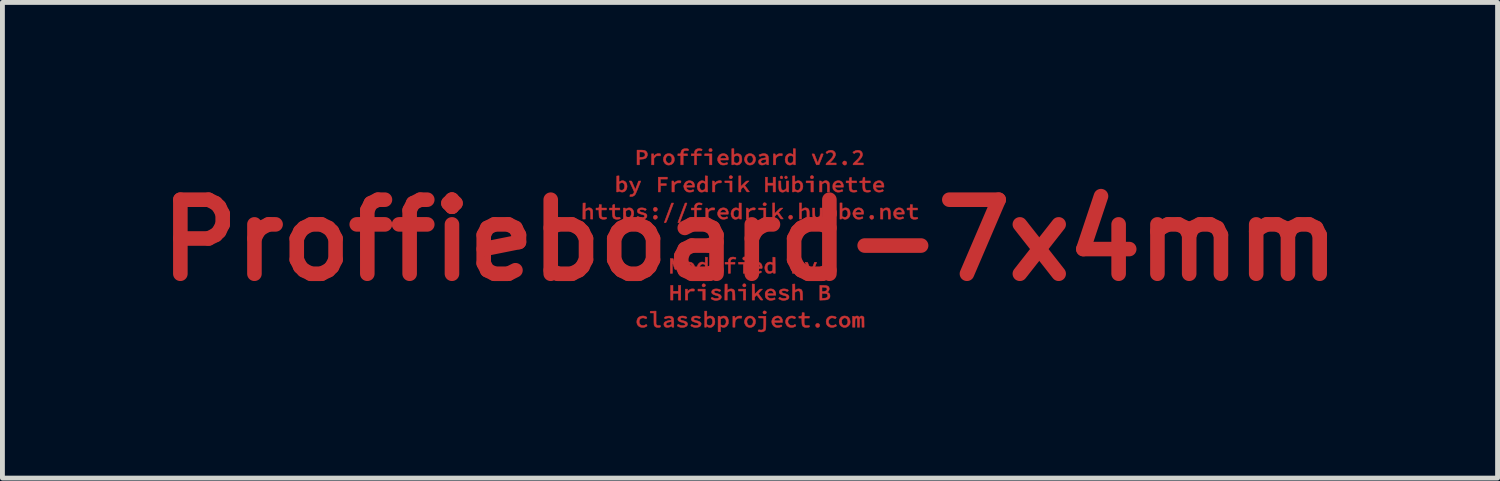
<source format=kicad_pcb>
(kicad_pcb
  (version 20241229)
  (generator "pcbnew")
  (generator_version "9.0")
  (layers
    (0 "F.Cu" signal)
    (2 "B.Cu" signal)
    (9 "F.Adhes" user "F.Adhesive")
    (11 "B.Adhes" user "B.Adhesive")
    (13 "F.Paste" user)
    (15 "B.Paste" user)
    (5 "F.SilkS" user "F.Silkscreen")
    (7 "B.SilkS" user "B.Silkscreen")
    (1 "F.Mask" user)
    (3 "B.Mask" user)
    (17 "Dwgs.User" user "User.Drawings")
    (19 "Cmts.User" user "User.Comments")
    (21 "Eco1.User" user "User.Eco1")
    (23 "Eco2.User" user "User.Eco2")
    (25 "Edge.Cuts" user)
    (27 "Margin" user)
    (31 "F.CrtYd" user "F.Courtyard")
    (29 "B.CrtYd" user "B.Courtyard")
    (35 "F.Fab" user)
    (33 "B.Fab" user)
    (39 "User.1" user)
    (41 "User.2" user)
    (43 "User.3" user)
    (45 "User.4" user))
  (footprint "Proffieboard-7x4mm"
    (layer "F.Cu")
    (at 12.381 1.893)
    (property "Reference" "Proffieboard-7x4mm" (at 0 0 0) (layer "F.Cu") (effects (font (size 1.524 1.524) (thickness 0.3))))
    (attr through_hole)
    (fp_poly (pts (xy -0.922 1.231) (xy -0.972 1.231) (xy -0.972 1.044) (xy -1.071 1.044) (xy -1.071 1.005) (xy -0.922 1.005) (xy -0.922 1.231)) (stroke (width 0.01) (type solid)) (fill yes) (layer "F.Cu"))
    (fp_poly (pts (xy -0.784 -1.552) (xy -0.834 -1.552) (xy -0.834 -1.739) (xy -0.933 -1.739) (xy -0.933 -1.778) (xy -0.784 -1.778) (xy -0.784 -1.552)) (stroke (width 0.01) (type solid)) (fill yes) (layer "F.Cu"))
    (fp_poly (pts (xy -0.646 0.679) (xy -0.696 0.679) (xy -0.696 0.491) (xy -0.795 0.491) (xy -0.795 0.453) (xy -0.646 0.453) (xy -0.646 0.679)) (stroke (width 0.01) (type solid)) (fill yes) (layer "F.Cu"))
    (fp_poly (pts (xy -0.088 0.679) (xy -0.138 0.679) (xy -0.138 0.491) (xy -0.237 0.491) (xy -0.237 0.453) (xy -0.088 0.453) (xy -0.088 0.679)) (stroke (width 0.01) (type solid)) (fill yes) (layer "F.Cu"))
    (fp_poly (pts (xy -0.088 1.231) (xy -0.138 1.231) (xy -0.138 1.044) (xy -0.237 1.044) (xy -0.237 1.005) (xy -0.088 1.005) (xy -0.088 1.231)) (stroke (width 0.01) (type solid)) (fill yes) (layer "F.Cu"))
    (fp_poly (pts (xy 1.303 -0.994) (xy 1.253 -0.994) (xy 1.253 -1.182) (xy 1.154 -1.182) (xy 1.154 -1.22) (xy 1.303 -1.22) (xy 1.303 -0.994)) (stroke (width 0.01) (type solid)) (fill yes) (layer "F.Cu"))
    (fp_poly (pts (xy -0.37 -0.994) (xy -0.414 -0.994) (xy -0.414 -1.181) (xy -0.465 -1.183) (xy -0.516 -1.184) (xy -0.518 -1.202) (xy -0.52 -1.22) (xy -0.37 -1.22) (xy -0.37 -0.994)) (stroke (width 0.01) (type solid)) (fill yes) (layer "F.Cu"))
    (fp_poly (pts (xy 0.326 -0.436) (xy 0.282 -0.436) (xy 0.282 -0.624) (xy 0.231 -0.625) (xy 0.179 -0.627) (xy 0.178 -0.645) (xy 0.176 -0.663) (xy 0.326 -0.663) (xy 0.326 -0.436)) (stroke (width 0.01) (type solid)) (fill yes) (layer "F.Cu"))
    (fp_poly (pts (xy -1.701 -1.259) (xy -1.844 -1.259) (xy -1.844 -1.165) (xy -1.723 -1.165) (xy -1.723 -1.127) (xy -1.782 -1.125) (xy -1.841 -1.124) (xy -1.843 -1.059) (xy -1.845 -0.994) (xy -1.888 -0.994) (xy -1.888 -1.298) (xy -1.701 -1.298) (xy -1.701 -1.259)) (stroke (width 0.01) (type solid)) (fill yes) (layer "F.Cu"))
    (fp_poly (pts (xy -1.585 1.049) (xy -1.474 1.049) (xy -1.474 0.928) (xy -1.425 0.928) (xy -1.425 1.231) (xy -1.474 1.231) (xy -1.474 1.093) (xy -1.585 1.093) (xy -1.585 1.231) (xy -1.634 1.231) (xy -1.634 0.928) (xy -1.585 0.928) (xy -1.585 1.049)) (stroke (width 0.01) (type solid)) (fill yes) (layer "F.Cu"))
    (fp_poly (pts (xy 0.359 -1.176) (xy 0.475 -1.176) (xy 0.475 -1.298) (xy 0.525 -1.298) (xy 0.525 -0.994) (xy 0.475 -0.994) (xy 0.475 -1.132) (xy 0.359 -1.132) (xy 0.359 -0.994) (xy 0.315 -0.994) (xy 0.315 -1.298) (xy 0.359 -1.298) (xy 0.359 -1.176)) (stroke (width 0.01) (type solid)) (fill yes) (layer "F.Cu"))
    (fp_poly (pts (xy -0.664 0.344) (xy -0.65 0.352) (xy -0.642 0.367) (xy -0.641 0.376) (xy -0.645 0.392) (xy -0.657 0.404) (xy -0.672 0.408) (xy -0.688 0.406) (xy -0.698 0.399) (xy -0.706 0.383) (xy -0.705 0.366) (xy -0.697 0.351) (xy -0.681 0.343) (xy -0.664 0.344)) (stroke (width 0.01) (type solid)) (fill yes) (layer "F.Cu"))
    (fp_poly (pts (xy -0.795 -1.884) (xy -0.784 -1.872) (xy -0.779 -1.857) (xy -0.781 -1.841) (xy -0.789 -1.831) (xy -0.803 -1.824) (xy -0.82 -1.823) (xy -0.832 -1.826) (xy -0.843 -1.839) (xy -0.847 -1.856) (xy -0.844 -1.868) (xy -0.834 -1.882) (xy -0.821 -1.888) (xy -0.811 -1.888) (xy -0.795 -1.884)) (stroke (width 0.01) (type solid)) (fill yes) (layer "F.Cu"))
    (fp_poly (pts (xy -0.099 0.347) (xy -0.088 0.359) (xy -0.083 0.374) (xy -0.086 0.39) (xy -0.093 0.399) (xy -0.107 0.407) (xy -0.124 0.408) (xy -0.136 0.404) (xy -0.147 0.391) (xy -0.151 0.375) (xy -0.148 0.363) (xy -0.138 0.349) (xy -0.125 0.343) (xy -0.115 0.342) (xy -0.099 0.347)) (stroke (width 0.01) (type solid)) (fill yes) (layer "F.Cu"))
    (fp_poly (pts (xy -0.099 0.899) (xy -0.088 0.911) (xy -0.083 0.926) (xy -0.086 0.942) (xy -0.093 0.952) (xy -0.107 0.959) (xy -0.124 0.96) (xy -0.136 0.957) (xy -0.147 0.944) (xy -0.151 0.927) (xy -0.148 0.915) (xy -0.138 0.901) (xy -0.125 0.895) (xy -0.115 0.895) (xy -0.099 0.899)) (stroke (width 0.01) (type solid)) (fill yes) (layer "F.Cu"))
    (fp_poly (pts (xy 0.652 -1.322) (xy 0.66 -1.317) (xy 0.67 -1.305) (xy 0.674 -1.29) (xy 0.67 -1.275) (xy 0.667 -1.271) (xy 0.654 -1.265) (xy 0.639 -1.266) (xy 0.627 -1.273) (xy 0.619 -1.288) (xy 0.621 -1.304) (xy 0.631 -1.317) (xy 0.632 -1.317) (xy 0.643 -1.323) (xy 0.652 -1.322)) (stroke (width 0.01) (type solid)) (fill yes) (layer "F.Cu"))
    (fp_poly (pts (xy 0.745 -1.322) (xy 0.754 -1.317) (xy 0.765 -1.305) (xy 0.768 -1.29) (xy 0.763 -1.276) (xy 0.751 -1.267) (xy 0.738 -1.264) (xy 0.728 -1.268) (xy 0.721 -1.273) (xy 0.713 -1.288) (xy 0.715 -1.304) (xy 0.725 -1.317) (xy 0.726 -1.317) (xy 0.737 -1.323) (xy 0.745 -1.322)) (stroke (width 0.01) (type solid)) (fill yes) (layer "F.Cu"))
    (fp_poly (pts (xy 1.292 -1.326) (xy 1.303 -1.315) (xy 1.308 -1.299) (xy 1.306 -1.283) (xy 1.299 -1.274) (xy 1.284 -1.266) (xy 1.267 -1.265) (xy 1.256 -1.269) (xy 1.244 -1.282) (xy 1.24 -1.298) (xy 1.243 -1.31) (xy 1.253 -1.324) (xy 1.266 -1.33) (xy 1.276 -1.331) (xy 1.292 -1.326)) (stroke (width 0.01) (type solid)) (fill yes) (layer "F.Cu"))
    (fp_poly (pts (xy -1.93 -0.674) (xy -1.915 -0.662) (xy -1.906 -0.645) (xy -1.905 -0.637) (xy -1.91 -0.617) (xy -1.922 -0.603) (xy -1.938 -0.594) (xy -1.956 -0.593) (xy -1.97 -0.599) (xy -1.984 -0.615) (xy -1.99 -0.633) (xy -1.987 -0.651) (xy -1.978 -0.666) (xy -1.962 -0.677) (xy -1.948 -0.679) (xy -1.93 -0.674)) (stroke (width 0.01) (type solid)) (fill yes) (layer "F.Cu"))
    (fp_poly (pts (xy -0.378 -1.325) (xy -0.365 -1.315) (xy -0.359 -1.3) (xy -0.359 -1.298) (xy -0.364 -1.283) (xy -0.376 -1.271) (xy -0.391 -1.265) (xy -0.395 -1.264) (xy -0.409 -1.268) (xy -0.42 -1.276) (xy -0.429 -1.291) (xy -0.428 -1.307) (xy -0.422 -1.318) (xy -0.41 -1.328) (xy -0.394 -1.33) (xy -0.378 -1.325)) (stroke (width 0.01) (type solid)) (fill yes) (layer "F.Cu"))
    (fp_poly (pts (xy 0.318 -0.768) (xy 0.331 -0.757) (xy 0.337 -0.743) (xy 0.337 -0.74) (xy 0.332 -0.726) (xy 0.32 -0.714) (xy 0.305 -0.707) (xy 0.301 -0.707) (xy 0.287 -0.711) (xy 0.276 -0.718) (xy 0.266 -0.733) (xy 0.267 -0.749) (xy 0.274 -0.761) (xy 0.286 -0.77) (xy 0.302 -0.772) (xy 0.318 -0.768)) (stroke (width 0.01) (type solid)) (fill yes) (layer "F.Cu"))
    (fp_poly (pts (xy 0.318 1.458) (xy 0.331 1.468) (xy 0.337 1.482) (xy 0.337 1.485) (xy 0.332 1.5) (xy 0.32 1.512) (xy 0.305 1.518) (xy 0.301 1.518) (xy 0.287 1.515) (xy 0.276 1.507) (xy 0.266 1.492) (xy 0.267 1.476) (xy 0.274 1.464) (xy 0.286 1.455) (xy 0.302 1.453) (xy 0.318 1.458)) (stroke (width 0.01) (type solid)) (fill yes) (layer "F.Cu"))
    (fp_poly (pts (xy 1.411 1.715) (xy 1.425 1.727) (xy 1.433 1.744) (xy 1.433 1.758) (xy 1.425 1.778) (xy 1.409 1.79) (xy 1.391 1.795) (xy 1.375 1.791) (xy 1.364 1.785) (xy 1.353 1.769) (xy 1.349 1.751) (xy 1.354 1.733) (xy 1.365 1.719) (xy 1.383 1.711) (xy 1.391 1.71) (xy 1.411 1.715)) (stroke (width 0.01) (type solid)) (fill yes) (layer "F.Cu"))
    (fp_poly (pts (xy 2.525 -0.511) (xy 2.539 -0.498) (xy 2.545 -0.478) (xy 2.546 -0.472) (xy 2.541 -0.454) (xy 2.529 -0.44) (xy 2.514 -0.432) (xy 2.496 -0.432) (xy 2.48 -0.439) (xy 2.474 -0.445) (xy 2.464 -0.465) (xy 2.464 -0.484) (xy 2.471 -0.5) (xy 2.485 -0.512) (xy 2.504 -0.516) (xy 2.525 -0.511)) (stroke (width 0.01) (type solid)) (fill yes) (layer "F.Cu"))
    (fp_poly (pts (xy -1.928 -0.512) (xy -1.915 -0.501) (xy -1.908 -0.485) (xy -1.906 -0.468) (xy -1.913 -0.451) (xy -1.919 -0.444) (xy -1.936 -0.434) (xy -1.955 -0.431) (xy -1.972 -0.437) (xy -1.973 -0.438) (xy -1.986 -0.453) (xy -1.99 -0.472) (xy -1.985 -0.491) (xy -1.973 -0.507) (xy -1.964 -0.513) (xy -1.945 -0.517) (xy -1.928 -0.512)) (stroke (width 0.01) (type solid)) (fill yes) (layer "F.Cu"))
    (fp_poly (pts (xy -0.937 0.899) (xy -0.924 0.91) (xy -0.917 0.924) (xy -0.917 0.928) (xy -0.921 0.942) (xy -0.933 0.954) (xy -0.949 0.96) (xy -0.953 0.961) (xy -0.967 0.957) (xy -0.977 0.95) (xy -0.986 0.938) (xy -0.988 0.928) (xy -0.984 0.913) (xy -0.972 0.901) (xy -0.956 0.895) (xy -0.953 0.895) (xy -0.937 0.899)) (stroke (width 0.01) (type solid)) (fill yes) (layer "F.Cu"))
    (fp_poly (pts (xy 0.854 -0.512) (xy 0.867 -0.501) (xy 0.875 -0.485) (xy 0.877 -0.468) (xy 0.87 -0.451) (xy 0.864 -0.444) (xy 0.847 -0.434) (xy 0.828 -0.431) (xy 0.811 -0.437) (xy 0.81 -0.438) (xy 0.797 -0.453) (xy 0.793 -0.472) (xy 0.798 -0.491) (xy 0.81 -0.507) (xy 0.819 -0.513) (xy 0.838 -0.517) (xy 0.854 -0.512)) (stroke (width 0.01) (type solid)) (fill yes) (layer "F.Cu"))
    (fp_poly (pts (xy 1.954 -1.631) (xy 1.97 -1.624) (xy 1.982 -1.613) (xy 1.989 -1.597) (xy 1.988 -1.578) (xy 1.987 -1.574) (xy 1.976 -1.557) (xy 1.96 -1.547) (xy 1.941 -1.547) (xy 1.923 -1.556) (xy 1.919 -1.56) (xy 1.907 -1.576) (xy 1.906 -1.594) (xy 1.911 -1.609) (xy 1.923 -1.624) (xy 1.938 -1.631) (xy 1.954 -1.631)) (stroke (width 0.01) (type solid)) (fill yes) (layer "F.Cu"))
    (fp_poly (pts (xy -1.857 -1.782) (xy -1.845 -1.778) (xy -1.84 -1.769) (xy -1.841 -1.755) (xy -1.844 -1.737) (xy -1.928 -1.737) (xy -1.952 -1.711) (xy -1.977 -1.685) (xy -1.977 -1.552) (xy -2.026 -1.552) (xy -2.026 -1.778) (xy -1.982 -1.778) (xy -1.982 -1.728) (xy -1.962 -1.748) (xy -1.936 -1.769) (xy -1.907 -1.781) (xy -1.879 -1.783) (xy -1.857 -1.782)) (stroke (width 0.01) (type solid)) (fill yes) (layer "F.Cu"))
    (fp_poly (pts (xy -1.162 1.001) (xy -1.149 1.005) (xy -1.144 1.014) (xy -1.145 1.028) (xy -1.149 1.046) (xy -1.232 1.046) (xy -1.257 1.072) (xy -1.281 1.098) (xy -1.281 1.231) (xy -1.331 1.231) (xy -1.331 1.005) (xy -1.287 1.005) (xy -1.287 1.055) (xy -1.266 1.035) (xy -1.24 1.014) (xy -1.211 1.002) (xy -1.183 1) (xy -1.162 1.001)) (stroke (width 0.01) (type solid)) (fill yes) (layer "F.Cu"))
    (fp_poly (pts (xy -1.301 -1.884) (xy -1.279 -1.88) (xy -1.267 -1.872) (xy -1.265 -1.865) (xy -1.267 -1.85) (xy -1.274 -1.843) (xy -1.288 -1.843) (xy -1.296 -1.845) (xy -1.324 -1.848) (xy -1.347 -1.843) (xy -1.364 -1.83) (xy -1.373 -1.809) (xy -1.375 -1.794) (xy -1.375 -1.778) (xy -1.287 -1.778) (xy -1.287 -1.739) (xy -1.375 -1.739) (xy -1.375 -1.552) (xy -1.425 -1.552) (xy -1.425 -1.739) (xy -1.485 -1.739) (xy -1.485 -1.778) (xy -1.426 -1.778) (xy -1.423 -1.804) (xy -1.414 -1.837) (xy -1.398 -1.861) (xy -1.375 -1.877) (xy -1.344 -1.884) (xy -1.334 -1.885) (xy -1.301 -1.884)) (stroke (width 0.01) (type solid)) (fill yes) (layer "F.Cu"))
    (fp_poly (pts (xy -0.604 -1.225) (xy -0.591 -1.22) (xy -0.587 -1.212) (xy -0.588 -1.199) (xy -0.589 -1.198) (xy -0.592 -1.187) (xy -0.597 -1.182) (xy -0.607 -1.18) (xy -0.624 -1.181) (xy -0.624 -1.181) (xy -0.652 -1.18) (xy -0.673 -1.175) (xy -0.692 -1.162) (xy -0.703 -1.151) (xy -0.723 -1.13) (xy -0.723 -0.994) (xy -0.773 -0.994) (xy -0.773 -1.221) (xy -0.752 -1.219) (xy -0.739 -1.217) (xy -0.733 -1.213) (xy -0.731 -1.202) (xy -0.73 -1.194) (xy -0.728 -1.171) (xy -0.715 -1.187) (xy -0.692 -1.206) (xy -0.663 -1.22) (xy -0.631 -1.226) (xy -0.626 -1.226) (xy -0.604 -1.225)) (stroke (width 0.01) (type solid)) (fill yes) (layer "F.Cu"))
    (fp_poly (pts (xy 0.092 -0.667) (xy 0.104 -0.663) (xy 0.109 -0.655) (xy 0.108 -0.641) (xy 0.107 -0.64) (xy 0.104 -0.63) (xy 0.099 -0.624) (xy 0.089 -0.623) (xy 0.072 -0.623) (xy 0.072 -0.623) (xy 0.044 -0.623) (xy 0.023 -0.617) (xy 0.004 -0.604) (xy -0.008 -0.593) (xy -0.028 -0.573) (xy -0.028 -0.436) (xy -0.077 -0.436) (xy -0.077 -0.663) (xy -0.057 -0.662) (xy -0.044 -0.66) (xy -0.037 -0.655) (xy -0.035 -0.644) (xy -0.034 -0.636) (xy -0.032 -0.613) (xy -0.019 -0.629) (xy 0.004 -0.648) (xy 0.033 -0.662) (xy 0.064 -0.668) (xy 0.069 -0.668) (xy 0.092 -0.667)) (stroke (width 0.01) (type solid)) (fill yes) (layer "F.Cu"))
    (fp_poly (pts (xy -0.188 -1.107) (xy -0.131 -1.164) (xy -0.109 -1.186) (xy -0.093 -1.201) (xy -0.081 -1.211) (xy -0.072 -1.217) (xy -0.063 -1.22) (xy -0.054 -1.22) (xy -0.047 -1.22) (xy -0.02 -1.22) (xy -0.065 -1.175) (xy -0.11 -1.129) (xy -0.012 -0.997) (xy -0.037 -0.995) (xy -0.057 -0.995) (xy -0.066 -1) (xy -0.067 -1) (xy -0.072 -1.008) (xy -0.082 -1.022) (xy -0.095 -1.04) (xy -0.105 -1.054) (xy -0.139 -1.1) (xy -0.163 -1.076) (xy -0.177 -1.062) (xy -0.184 -1.051) (xy -0.187 -1.039) (xy -0.188 -1.023) (xy -0.188 -0.994) (xy -0.232 -0.994) (xy -0.232 -1.325) (xy -0.188 -1.325) (xy -0.188 -1.107)) (stroke (width 0.01) (type solid)) (fill yes) (layer "F.Cu"))
    (fp_poly (pts (xy 1.06 -0.629) (xy 1.082 -0.647) (xy 1.109 -0.662) (xy 1.14 -0.668) (xy 1.17 -0.663) (xy 1.178 -0.661) (xy 1.192 -0.653) (xy 1.203 -0.642) (xy 1.211 -0.627) (xy 1.216 -0.606) (xy 1.219 -0.578) (xy 1.22 -0.541) (xy 1.22 -0.52) (xy 1.22 -0.436) (xy 1.171 -0.436) (xy 1.171 -0.518) (xy 1.17 -0.551) (xy 1.17 -0.575) (xy 1.169 -0.591) (xy 1.166 -0.602) (xy 1.163 -0.609) (xy 1.161 -0.613) (xy 1.145 -0.624) (xy 1.125 -0.626) (xy 1.102 -0.621) (xy 1.083 -0.611) (xy 1.06 -0.595) (xy 1.06 -0.436) (xy 1.016 -0.436) (xy 1.016 -0.768) (xy 1.06 -0.768) (xy 1.06 -0.629)) (stroke (width 0.01) (type solid)) (fill yes) (layer "F.Cu"))
    (fp_poly (pts (xy 0.508 -0.55) (xy 0.565 -0.606) (xy 0.587 -0.628) (xy 0.603 -0.644) (xy 0.615 -0.653) (xy 0.624 -0.659) (xy 0.633 -0.662) (xy 0.642 -0.663) (xy 0.649 -0.663) (xy 0.676 -0.663) (xy 0.631 -0.617) (xy 0.586 -0.572) (xy 0.635 -0.505) (xy 0.684 -0.439) (xy 0.659 -0.437) (xy 0.639 -0.438) (xy 0.629 -0.442) (xy 0.629 -0.443) (xy 0.624 -0.45) (xy 0.614 -0.464) (xy 0.601 -0.482) (xy 0.591 -0.496) (xy 0.557 -0.543) (xy 0.532 -0.519) (xy 0.519 -0.504) (xy 0.511 -0.493) (xy 0.509 -0.481) (xy 0.508 -0.465) (xy 0.508 -0.436) (xy 0.464 -0.436) (xy 0.464 -0.768) (xy 0.508 -0.768) (xy 0.508 -0.55)) (stroke (width 0.01) (type solid)) (fill yes) (layer "F.Cu"))
    (fp_poly (pts (xy 1.5 -1.778) (xy 1.503 -1.777) (xy 1.504 -1.772) (xy 1.503 -1.764) (xy 1.499 -1.751) (xy 1.491 -1.731) (xy 1.48 -1.704) (xy 1.466 -1.668) (xy 1.461 -1.657) (xy 1.42 -1.554) (xy 1.393 -1.553) (xy 1.366 -1.551) (xy 1.321 -1.662) (xy 1.307 -1.694) (xy 1.296 -1.723) (xy 1.286 -1.747) (xy 1.279 -1.765) (xy 1.276 -1.774) (xy 1.276 -1.775) (xy 1.28 -1.777) (xy 1.293 -1.777) (xy 1.299 -1.777) (xy 1.322 -1.775) (xy 1.394 -1.589) (xy 1.404 -1.619) (xy 1.41 -1.636) (xy 1.419 -1.66) (xy 1.429 -1.687) (xy 1.439 -1.713) (xy 1.464 -1.778) (xy 1.486 -1.778) (xy 1.494 -1.778) (xy 1.5 -1.778)) (stroke (width 0.01) (type solid)) (fill yes) (layer "F.Cu"))
    (fp_poly (pts (xy 1.553 0.606) (xy 1.567 0.618) (xy 1.576 0.636) (xy 1.58 0.658) (xy 1.578 0.682) (xy 1.571 0.707) (xy 1.558 0.731) (xy 1.541 0.751) (xy 1.521 0.766) (xy 1.506 0.774) (xy 1.497 0.777) (xy 1.492 0.775) (xy 1.487 0.767) (xy 1.487 0.765) (xy 1.484 0.757) (xy 1.486 0.75) (xy 1.496 0.742) (xy 1.503 0.737) (xy 1.518 0.724) (xy 1.53 0.708) (xy 1.533 0.704) (xy 1.538 0.689) (xy 1.539 0.682) (xy 1.534 0.679) (xy 1.524 0.676) (xy 1.506 0.668) (xy 1.495 0.655) (xy 1.492 0.639) (xy 1.496 0.623) (xy 1.506 0.61) (xy 1.523 0.603) (xy 1.532 0.602) (xy 1.553 0.606)) (stroke (width 0.01) (type solid)) (fill yes) (layer "F.Cu"))
    (fp_poly (pts (xy -1.446 -1.224) (xy -1.43 -1.222) (xy -1.421 -1.219) (xy -1.421 -1.212) (xy -1.423 -1.199) (xy -1.423 -1.198) (xy -1.428 -1.18) (xy -1.462 -1.181) (xy -1.495 -1.179) (xy -1.521 -1.168) (xy -1.542 -1.148) (xy -1.546 -1.143) (xy -1.551 -1.135) (xy -1.554 -1.125) (xy -1.556 -1.112) (xy -1.557 -1.092) (xy -1.557 -1.063) (xy -1.557 -1.061) (xy -1.557 -0.994) (xy -1.607 -0.994) (xy -1.607 -1.22) (xy -1.588 -1.22) (xy -1.576 -1.219) (xy -1.57 -1.215) (xy -1.566 -1.203) (xy -1.565 -1.198) (xy -1.562 -1.176) (xy -1.541 -1.195) (xy -1.524 -1.207) (xy -1.506 -1.218) (xy -1.499 -1.22) (xy -1.484 -1.223) (xy -1.465 -1.224) (xy -1.446 -1.224)) (stroke (width 0.01) (type solid)) (fill yes) (layer "F.Cu"))
    (fp_poly (pts (xy -1.021 -1.883) (xy -1.001 -1.878) (xy -0.989 -1.873) (xy -0.985 -1.866) (xy -0.987 -1.856) (xy -0.988 -1.854) (xy -0.992 -1.845) (xy -0.998 -1.842) (xy -1.01 -1.844) (xy -1.016 -1.845) (xy -1.043 -1.848) (xy -1.066 -1.844) (xy -1.083 -1.835) (xy -1.085 -1.833) (xy -1.092 -1.821) (xy -1.097 -1.804) (xy -1.097 -1.801) (xy -1.1 -1.778) (xy -1.005 -1.778) (xy -1.005 -1.739) (xy -1.099 -1.739) (xy -1.099 -1.552) (xy -1.143 -1.552) (xy -1.143 -1.739) (xy -1.209 -1.739) (xy -1.209 -1.778) (xy -1.143 -1.778) (xy -1.143 -1.801) (xy -1.138 -1.831) (xy -1.125 -1.855) (xy -1.104 -1.873) (xy -1.076 -1.883) (xy -1.043 -1.886) (xy -1.021 -1.883)) (stroke (width 0.01) (type solid)) (fill yes) (layer "F.Cu"))
    (fp_poly (pts (xy -1.021 -0.767) (xy -1.001 -0.763) (xy -0.989 -0.758) (xy -0.985 -0.751) (xy -0.987 -0.741) (xy -0.988 -0.739) (xy -0.992 -0.73) (xy -0.998 -0.727) (xy -1.01 -0.728) (xy -1.016 -0.73) (xy -1.043 -0.732) (xy -1.066 -0.729) (xy -1.083 -0.72) (xy -1.085 -0.718) (xy -1.092 -0.706) (xy -1.097 -0.689) (xy -1.097 -0.685) (xy -1.1 -0.663) (xy -1.005 -0.663) (xy -1.005 -0.624) (xy -1.099 -0.624) (xy -1.099 -0.436) (xy -1.143 -0.436) (xy -1.143 -0.624) (xy -1.209 -0.624) (xy -1.209 -0.663) (xy -1.143 -0.663) (xy -1.143 -0.685) (xy -1.138 -0.715) (xy -1.125 -0.74) (xy -1.104 -0.757) (xy -1.076 -0.768) (xy -1.043 -0.77) (xy -1.021 -0.767)) (stroke (width 0.01) (type solid)) (fill yes) (layer "F.Cu"))
    (fp_poly (pts (xy -0.75 -0.666) (xy -0.734 -0.665) (xy -0.726 -0.661) (xy -0.725 -0.654) (xy -0.727 -0.642) (xy -0.727 -0.64) (xy -0.732 -0.622) (xy -0.766 -0.623) (xy -0.799 -0.621) (xy -0.825 -0.61) (xy -0.847 -0.59) (xy -0.85 -0.585) (xy -0.855 -0.577) (xy -0.858 -0.568) (xy -0.86 -0.554) (xy -0.861 -0.534) (xy -0.861 -0.506) (xy -0.861 -0.503) (xy -0.861 -0.436) (xy -0.911 -0.436) (xy -0.911 -0.663) (xy -0.892 -0.663) (xy -0.88 -0.662) (xy -0.874 -0.657) (xy -0.87 -0.645) (xy -0.87 -0.64) (xy -0.866 -0.618) (xy -0.845 -0.637) (xy -0.828 -0.65) (xy -0.81 -0.66) (xy -0.803 -0.663) (xy -0.789 -0.666) (xy -0.77 -0.667) (xy -0.75 -0.666)) (stroke (width 0.01) (type solid)) (fill yes) (layer "F.Cu"))
    (fp_poly (pts (xy -0.467 1.033) (xy -0.446 1.018) (xy -0.42 1.005) (xy -0.391 1) (xy -0.363 1.003) (xy -0.352 1.008) (xy -0.338 1.015) (xy -0.328 1.025) (xy -0.321 1.039) (xy -0.316 1.058) (xy -0.313 1.085) (xy -0.311 1.12) (xy -0.31 1.144) (xy -0.308 1.231) (xy -0.359 1.231) (xy -0.359 1.154) (xy -0.359 1.116) (xy -0.361 1.088) (xy -0.365 1.068) (xy -0.37 1.055) (xy -0.378 1.047) (xy -0.389 1.042) (xy -0.392 1.042) (xy -0.415 1.042) (xy -0.44 1.052) (xy -0.454 1.061) (xy -0.469 1.072) (xy -0.469 1.231) (xy -0.519 1.231) (xy -0.518 1.067) (xy -0.516 0.903) (xy -0.493 0.901) (xy -0.47 0.899) (xy -0.467 1.033)) (stroke (width 0.01) (type solid)) (fill yes) (layer "F.Cu"))
    (fp_poly (pts (xy -0.326 0.348) (xy -0.305 0.353) (xy -0.293 0.358) (xy -0.289 0.364) (xy -0.291 0.375) (xy -0.292 0.377) (xy -0.296 0.386) (xy -0.302 0.389) (xy -0.314 0.387) (xy -0.32 0.386) (xy -0.347 0.383) (xy -0.37 0.387) (xy -0.387 0.396) (xy -0.389 0.398) (xy -0.396 0.41) (xy -0.401 0.426) (xy -0.402 0.43) (xy -0.405 0.453) (xy -0.309 0.453) (xy -0.309 0.491) (xy -0.403 0.491) (xy -0.403 0.679) (xy -0.447 0.679) (xy -0.447 0.491) (xy -0.514 0.491) (xy -0.514 0.453) (xy -0.447 0.453) (xy -0.447 0.43) (xy -0.443 0.4) (xy -0.429 0.376) (xy -0.408 0.358) (xy -0.38 0.348) (xy -0.347 0.345) (xy -0.326 0.348)) (stroke (width 0.01) (type solid)) (fill yes) (layer "F.Cu"))
    (fp_poly (pts (xy -0.186 1.56) (xy -0.173 1.562) (xy -0.169 1.563) (xy -0.168 1.57) (xy -0.171 1.583) (xy -0.171 1.585) (xy -0.176 1.604) (xy -0.211 1.602) (xy -0.232 1.602) (xy -0.247 1.604) (xy -0.26 1.61) (xy -0.265 1.613) (xy -0.283 1.627) (xy -0.295 1.641) (xy -0.303 1.659) (xy -0.307 1.681) (xy -0.309 1.711) (xy -0.309 1.726) (xy -0.309 1.789) (xy -0.353 1.789) (xy -0.353 1.563) (xy -0.334 1.563) (xy -0.321 1.564) (xy -0.316 1.568) (xy -0.315 1.58) (xy -0.315 1.582) (xy -0.313 1.598) (xy -0.308 1.603) (xy -0.299 1.599) (xy -0.292 1.592) (xy -0.265 1.571) (xy -0.234 1.56) (xy -0.203 1.558) (xy -0.186 1.56)) (stroke (width 0.01) (type solid)) (fill yes) (layer "F.Cu"))
    (fp_poly (pts (xy 0.641 -1.782) (xy 0.657 -1.78) (xy 0.666 -1.777) (xy 0.667 -1.77) (xy 0.664 -1.757) (xy 0.664 -1.756) (xy 0.659 -1.737) (xy 0.625 -1.739) (xy 0.592 -1.736) (xy 0.566 -1.725) (xy 0.545 -1.706) (xy 0.541 -1.701) (xy 0.536 -1.693) (xy 0.533 -1.683) (xy 0.531 -1.669) (xy 0.53 -1.65) (xy 0.53 -1.621) (xy 0.53 -1.618) (xy 0.53 -1.552) (xy 0.48 -1.552) (xy 0.48 -1.778) (xy 0.499 -1.778) (xy 0.511 -1.777) (xy 0.518 -1.772) (xy 0.521 -1.761) (xy 0.522 -1.756) (xy 0.526 -1.733) (xy 0.546 -1.752) (xy 0.563 -1.765) (xy 0.582 -1.775) (xy 0.588 -1.778) (xy 0.603 -1.781) (xy 0.622 -1.782) (xy 0.641 -1.782)) (stroke (width 0.01) (type solid)) (fill yes) (layer "F.Cu"))
    (fp_poly (pts (xy 0.925 1.033) (xy 0.945 1.018) (xy 0.972 1.005) (xy 1.001 1) (xy 1.029 1.003) (xy 1.04 1.008) (xy 1.053 1.015) (xy 1.063 1.025) (xy 1.07 1.039) (xy 1.075 1.058) (xy 1.079 1.085) (xy 1.081 1.12) (xy 1.081 1.144) (xy 1.083 1.231) (xy 1.033 1.231) (xy 1.033 1.154) (xy 1.032 1.116) (xy 1.03 1.088) (xy 1.027 1.068) (xy 1.021 1.055) (xy 1.013 1.047) (xy 1.002 1.042) (xy 1 1.042) (xy 0.977 1.042) (xy 0.952 1.052) (xy 0.938 1.061) (xy 0.922 1.072) (xy 0.922 1.231) (xy 0.872 1.231) (xy 0.874 1.067) (xy 0.875 0.903) (xy 0.898 0.901) (xy 0.922 0.899) (xy 0.925 1.033)) (stroke (width 0.01) (type solid)) (fill yes) (layer "F.Cu"))
    (fp_poly (pts (xy -1.933 1.729) (xy -1.918 1.743) (xy -1.909 1.751) (xy -1.899 1.755) (xy -1.886 1.755) (xy -1.875 1.753) (xy -1.858 1.752) (xy -1.849 1.753) (xy -1.844 1.757) (xy -1.842 1.763) (xy -1.839 1.776) (xy -1.842 1.782) (xy -1.852 1.787) (xy -1.856 1.789) (xy -1.883 1.794) (xy -1.912 1.793) (xy -1.937 1.786) (xy -1.952 1.776) (xy -1.965 1.762) (xy -1.966 1.76) (xy -1.969 1.754) (xy -1.972 1.746) (xy -1.974 1.736) (xy -1.975 1.722) (xy -1.976 1.702) (xy -1.977 1.675) (xy -1.977 1.639) (xy -1.977 1.619) (xy -1.977 1.496) (xy -2.055 1.496) (xy -2.053 1.478) (xy -2.051 1.46) (xy -1.992 1.459) (xy -1.933 1.457) (xy -1.933 1.729)) (stroke (width 0.01) (type solid)) (fill yes) (layer "F.Cu"))
    (fp_poly (pts (xy -1.574 -0.764) (xy -1.574 -0.764) (xy -1.576 -0.758) (xy -1.581 -0.743) (xy -1.59 -0.719) (xy -1.601 -0.689) (xy -1.615 -0.653) (xy -1.63 -0.613) (xy -1.647 -0.569) (xy -1.65 -0.56) (xy -1.669 -0.51) (xy -1.685 -0.469) (xy -1.698 -0.436) (xy -1.708 -0.411) (xy -1.716 -0.392) (xy -1.722 -0.379) (xy -1.727 -0.37) (xy -1.731 -0.364) (xy -1.735 -0.362) (xy -1.739 -0.36) (xy -1.742 -0.36) (xy -1.755 -0.36) (xy -1.762 -0.362) (xy -1.761 -0.367) (xy -1.757 -0.382) (xy -1.749 -0.405) (xy -1.738 -0.435) (xy -1.725 -0.471) (xy -1.71 -0.511) (xy -1.694 -0.555) (xy -1.69 -0.565) (xy -1.615 -0.765) (xy -1.594 -0.766) (xy -1.581 -0.767) (xy -1.574 -0.764)) (stroke (width 0.01) (type solid)) (fill yes) (layer "F.Cu"))
    (fp_poly (pts (xy -3.391 -0.7) (xy -3.393 -0.632) (xy -3.366 -0.65) (xy -3.337 -0.664) (xy -3.309 -0.669) (xy -3.283 -0.664) (xy -3.26 -0.649) (xy -3.248 -0.635) (xy -3.244 -0.628) (xy -3.24 -0.62) (xy -3.238 -0.61) (xy -3.237 -0.595) (xy -3.236 -0.574) (xy -3.236 -0.545) (xy -3.236 -0.527) (xy -3.236 -0.436) (xy -3.28 -0.436) (xy -3.28 -0.51) (xy -3.28 -0.547) (xy -3.282 -0.576) (xy -3.285 -0.596) (xy -3.29 -0.609) (xy -3.298 -0.618) (xy -3.308 -0.623) (xy -3.309 -0.623) (xy -3.332 -0.627) (xy -3.355 -0.62) (xy -3.372 -0.609) (xy -3.39 -0.596) (xy -3.39 -0.436) (xy -3.44 -0.436) (xy -3.439 -0.6) (xy -3.437 -0.765) (xy -3.413 -0.766) (xy -3.389 -0.768) (xy -3.391 -0.7)) (stroke (width 0.01) (type solid)) (fill yes) (layer "F.Cu"))
    (fp_poly (pts (xy 1.587 -1.222) (xy 1.61 -1.207) (xy 1.622 -1.193) (xy 1.627 -1.186) (xy 1.63 -1.178) (xy 1.632 -1.167) (xy 1.633 -1.153) (xy 1.634 -1.132) (xy 1.634 -1.103) (xy 1.634 -1.084) (xy 1.634 -0.994) (xy 1.59 -0.994) (xy 1.59 -1.068) (xy 1.59 -1.105) (xy 1.588 -1.133) (xy 1.585 -1.153) (xy 1.58 -1.167) (xy 1.572 -1.176) (xy 1.562 -1.181) (xy 1.562 -1.181) (xy 1.538 -1.184) (xy 1.515 -1.178) (xy 1.498 -1.167) (xy 1.48 -1.153) (xy 1.48 -0.994) (xy 1.43 -0.994) (xy 1.43 -1.221) (xy 1.451 -1.219) (xy 1.465 -1.217) (xy 1.471 -1.211) (xy 1.473 -1.203) (xy 1.475 -1.188) (xy 1.503 -1.207) (xy 1.532 -1.222) (xy 1.561 -1.227) (xy 1.587 -1.222)) (stroke (width 0.01) (type solid)) (fill yes) (layer "F.Cu"))
    (fp_poly (pts (xy 0.326 1.694) (xy 0.326 1.74) (xy 0.325 1.777) (xy 0.324 1.805) (xy 0.321 1.827) (xy 0.317 1.843) (xy 0.311 1.854) (xy 0.303 1.863) (xy 0.292 1.87) (xy 0.281 1.876) (xy 0.255 1.885) (xy 0.226 1.887) (xy 0.191 1.882) (xy 0.189 1.882) (xy 0.172 1.876) (xy 0.165 1.866) (xy 0.169 1.853) (xy 0.173 1.848) (xy 0.179 1.843) (xy 0.187 1.842) (xy 0.202 1.845) (xy 0.203 1.845) (xy 0.23 1.848) (xy 0.252 1.844) (xy 0.269 1.833) (xy 0.276 1.821) (xy 0.278 1.81) (xy 0.279 1.789) (xy 0.281 1.76) (xy 0.281 1.726) (xy 0.282 1.703) (xy 0.282 1.602) (xy 0.231 1.6) (xy 0.179 1.599) (xy 0.178 1.581) (xy 0.176 1.563) (xy 0.326 1.563) (xy 0.326 1.694)) (stroke (width 0.01) (type solid)) (fill yes) (layer "F.Cu"))
    (fp_poly (pts (xy -1.304 -0.766) (xy -1.298 -0.763) (xy -1.298 -0.763) (xy -1.299 -0.757) (xy -1.305 -0.741) (xy -1.313 -0.718) (xy -1.324 -0.688) (xy -1.337 -0.653) (xy -1.352 -0.613) (xy -1.367 -0.574) (xy -1.384 -0.53) (xy -1.399 -0.49) (xy -1.413 -0.453) (xy -1.424 -0.422) (xy -1.433 -0.398) (xy -1.44 -0.381) (xy -1.442 -0.374) (xy -1.448 -0.363) (xy -1.459 -0.359) (xy -1.467 -0.359) (xy -1.479 -0.36) (xy -1.485 -0.364) (xy -1.485 -0.364) (xy -1.483 -0.37) (xy -1.478 -0.385) (xy -1.47 -0.408) (xy -1.459 -0.437) (xy -1.447 -0.47) (xy -1.433 -0.508) (xy -1.418 -0.547) (xy -1.403 -0.588) (xy -1.388 -0.628) (xy -1.374 -0.667) (xy -1.36 -0.702) (xy -1.348 -0.733) (xy -1.339 -0.758) (xy -1.331 -0.766) (xy -1.316 -0.768) (xy -1.304 -0.766)) (stroke (width 0.01) (type solid)) (fill yes) (layer "F.Cu"))
    (fp_poly (pts (xy 2.24 -1.85) (xy 2.271 -1.84) (xy 2.294 -1.822) (xy 2.308 -1.798) (xy 2.314 -1.767) (xy 2.314 -1.764) (xy 2.311 -1.741) (xy 2.302 -1.718) (xy 2.287 -1.693) (xy 2.264 -1.664) (xy 2.237 -1.636) (xy 2.192 -1.59) (xy 2.33 -1.59) (xy 2.33 -1.552) (xy 2.12 -1.552) (xy 2.12 -1.565) (xy 2.124 -1.577) (xy 2.137 -1.593) (xy 2.149 -1.605) (xy 2.189 -1.642) (xy 2.219 -1.673) (xy 2.242 -1.7) (xy 2.257 -1.724) (xy 2.266 -1.745) (xy 2.269 -1.764) (xy 2.269 -1.764) (xy 2.265 -1.786) (xy 2.253 -1.801) (xy 2.234 -1.811) (xy 2.212 -1.813) (xy 2.187 -1.809) (xy 2.162 -1.797) (xy 2.159 -1.794) (xy 2.141 -1.782) (xy 2.128 -1.796) (xy 2.114 -1.81) (xy 2.139 -1.827) (xy 2.171 -1.844) (xy 2.207 -1.851) (xy 2.24 -1.85)) (stroke (width 0.01) (type solid)) (fill yes) (layer "F.Cu"))
    (fp_poly (pts (xy -2.26 -1.855) (xy -2.232 -1.855) (xy -2.206 -1.853) (xy -2.185 -1.851) (xy -2.174 -1.85) (xy -2.147 -1.837) (xy -2.126 -1.816) (xy -2.114 -1.791) (xy -2.111 -1.761) (xy -2.114 -1.74) (xy -2.125 -1.714) (xy -2.14 -1.694) (xy -2.163 -1.681) (xy -2.193 -1.672) (xy -2.226 -1.669) (xy -2.275 -1.666) (xy -2.275 -1.552) (xy -2.325 -1.552) (xy -2.325 -1.706) (xy -2.275 -1.706) (xy -2.242 -1.706) (xy -2.22 -1.708) (xy -2.2 -1.711) (xy -2.19 -1.714) (xy -2.175 -1.722) (xy -2.166 -1.732) (xy -2.165 -1.733) (xy -2.159 -1.755) (xy -2.162 -1.778) (xy -2.172 -1.798) (xy -2.172 -1.798) (xy -2.18 -1.806) (xy -2.188 -1.811) (xy -2.201 -1.814) (xy -2.22 -1.815) (xy -2.23 -1.816) (xy -2.275 -1.818) (xy -2.275 -1.706) (xy -2.325 -1.706) (xy -2.325 -1.855) (xy -2.26 -1.855)) (stroke (width 0.01) (type solid)) (fill yes) (layer "F.Cu"))
    (fp_poly (pts (xy 3.341 -0.663) (xy 3.446 -0.663) (xy 3.446 -0.624) (xy 3.341 -0.624) (xy 3.341 -0.56) (xy 3.341 -0.533) (xy 3.341 -0.514) (xy 3.343 -0.501) (xy 3.346 -0.493) (xy 3.351 -0.486) (xy 3.355 -0.482) (xy 3.363 -0.475) (xy 3.372 -0.471) (xy 3.385 -0.47) (xy 3.404 -0.47) (xy 3.408 -0.47) (xy 3.429 -0.471) (xy 3.441 -0.47) (xy 3.447 -0.468) (xy 3.45 -0.462) (xy 3.451 -0.457) (xy 3.453 -0.448) (xy 3.45 -0.443) (xy 3.439 -0.439) (xy 3.431 -0.437) (xy 3.399 -0.431) (xy 3.367 -0.432) (xy 3.341 -0.438) (xy 3.335 -0.44) (xy 3.318 -0.452) (xy 3.305 -0.469) (xy 3.297 -0.493) (xy 3.292 -0.524) (xy 3.291 -0.562) (xy 3.291 -0.624) (xy 3.23 -0.624) (xy 3.23 -0.662) (xy 3.294 -0.665) (xy 3.297 -0.734) (xy 3.341 -0.734) (xy 3.341 -0.663)) (stroke (width 0.01) (type solid)) (fill yes) (layer "F.Cu"))
    (fp_poly (pts (xy 0.636 -1.138) (xy 0.637 -1.105) (xy 0.638 -1.082) (xy 0.64 -1.066) (xy 0.642 -1.055) (xy 0.645 -1.048) (xy 0.648 -1.044) (xy 0.666 -1.032) (xy 0.687 -1.029) (xy 0.71 -1.035) (xy 0.732 -1.049) (xy 0.733 -1.05) (xy 0.738 -1.056) (xy 0.741 -1.062) (xy 0.743 -1.071) (xy 0.745 -1.085) (xy 0.745 -1.106) (xy 0.745 -1.135) (xy 0.745 -1.141) (xy 0.745 -1.22) (xy 0.795 -1.22) (xy 0.795 -0.994) (xy 0.776 -0.994) (xy 0.762 -0.995) (xy 0.756 -1.001) (xy 0.753 -1.01) (xy 0.75 -1.026) (xy 0.722 -1.007) (xy 0.693 -0.992) (xy 0.664 -0.988) (xy 0.635 -0.995) (xy 0.629 -0.998) (xy 0.616 -1.006) (xy 0.606 -1.016) (xy 0.599 -1.029) (xy 0.595 -1.048) (xy 0.592 -1.074) (xy 0.591 -1.107) (xy 0.591 -1.133) (xy 0.591 -1.22) (xy 0.634 -1.22) (xy 0.636 -1.138)) (stroke (width 0.01) (type solid)) (fill yes) (layer "F.Cu"))
    (fp_poly (pts (xy 1.332 -0.58) (xy 1.333 -0.548) (xy 1.334 -0.524) (xy 1.335 -0.508) (xy 1.338 -0.497) (xy 1.341 -0.49) (xy 1.344 -0.487) (xy 1.361 -0.475) (xy 1.383 -0.472) (xy 1.406 -0.477) (xy 1.428 -0.492) (xy 1.429 -0.493) (xy 1.434 -0.498) (xy 1.437 -0.504) (xy 1.439 -0.513) (xy 1.44 -0.527) (xy 1.441 -0.548) (xy 1.441 -0.577) (xy 1.441 -0.584) (xy 1.441 -0.663) (xy 1.491 -0.663) (xy 1.491 -0.436) (xy 1.471 -0.436) (xy 1.458 -0.437) (xy 1.451 -0.443) (xy 1.449 -0.452) (xy 1.446 -0.468) (xy 1.418 -0.449) (xy 1.388 -0.435) (xy 1.36 -0.431) (xy 1.331 -0.438) (xy 1.325 -0.44) (xy 1.312 -0.448) (xy 1.302 -0.458) (xy 1.295 -0.472) (xy 1.291 -0.49) (xy 1.288 -0.516) (xy 1.287 -0.55) (xy 1.287 -0.576) (xy 1.287 -0.663) (xy 1.33 -0.663) (xy 1.332 -0.58)) (stroke (width 0.01) (type solid)) (fill yes) (layer "F.Cu"))
    (fp_poly (pts (xy 2.841 -0.664) (xy 2.858 -0.657) (xy 2.87 -0.646) (xy 2.878 -0.629) (xy 2.884 -0.605) (xy 2.887 -0.573) (xy 2.888 -0.532) (xy 2.888 -0.522) (xy 2.888 -0.436) (xy 2.845 -0.436) (xy 2.843 -0.518) (xy 2.842 -0.551) (xy 2.841 -0.575) (xy 2.839 -0.591) (xy 2.837 -0.602) (xy 2.833 -0.609) (xy 2.831 -0.612) (xy 2.814 -0.623) (xy 2.793 -0.626) (xy 2.77 -0.621) (xy 2.749 -0.609) (xy 2.746 -0.607) (xy 2.741 -0.601) (xy 2.738 -0.595) (xy 2.735 -0.586) (xy 2.734 -0.573) (xy 2.733 -0.553) (xy 2.733 -0.524) (xy 2.733 -0.515) (xy 2.733 -0.436) (xy 2.684 -0.436) (xy 2.684 -0.663) (xy 2.702 -0.663) (xy 2.716 -0.661) (xy 2.722 -0.655) (xy 2.725 -0.646) (xy 2.729 -0.629) (xy 2.741 -0.639) (xy 2.768 -0.658) (xy 2.798 -0.667) (xy 2.82 -0.667) (xy 2.841 -0.664)) (stroke (width 0.01) (type solid)) (fill yes) (layer "F.Cu"))
    (fp_poly (pts (xy 0.904 1.565) (xy 0.909 1.568) (xy 0.927 1.577) (xy 0.935 1.586) (xy 0.936 1.595) (xy 0.931 1.604) (xy 0.922 1.617) (xy 0.897 1.606) (xy 0.867 1.598) (xy 0.839 1.599) (xy 0.815 1.609) (xy 0.795 1.627) (xy 0.783 1.65) (xy 0.779 1.676) (xy 0.783 1.703) (xy 0.797 1.725) (xy 0.816 1.742) (xy 0.84 1.752) (xy 0.867 1.755) (xy 0.893 1.75) (xy 0.91 1.74) (xy 0.926 1.728) (xy 0.935 1.742) (xy 0.942 1.754) (xy 0.942 1.762) (xy 0.935 1.77) (xy 0.921 1.778) (xy 0.895 1.788) (xy 0.864 1.793) (xy 0.832 1.792) (xy 0.803 1.786) (xy 0.802 1.786) (xy 0.775 1.77) (xy 0.753 1.747) (xy 0.739 1.719) (xy 0.731 1.688) (xy 0.732 1.655) (xy 0.742 1.624) (xy 0.755 1.602) (xy 0.777 1.582) (xy 0.806 1.567) (xy 0.839 1.559) (xy 0.872 1.558) (xy 0.904 1.565)) (stroke (width 0.01) (type solid)) (fill yes) (layer "F.Cu"))
    (fp_poly (pts (xy -3.059 -0.663) (xy -2.954 -0.663) (xy -2.954 -0.624) (xy -3.059 -0.624) (xy -3.06 -0.576) (xy -3.061 -0.544) (xy -3.06 -0.522) (xy -3.059 -0.506) (xy -3.056 -0.496) (xy -3.051 -0.488) (xy -3.044 -0.481) (xy -3.044 -0.481) (xy -3.035 -0.474) (xy -3.025 -0.471) (xy -3.012 -0.47) (xy -2.992 -0.471) (xy -2.97 -0.472) (xy -2.957 -0.47) (xy -2.951 -0.464) (xy -2.949 -0.453) (xy -2.949 -0.45) (xy -2.954 -0.442) (xy -2.967 -0.437) (xy -2.986 -0.433) (xy -3.008 -0.431) (xy -3.031 -0.432) (xy -3.051 -0.436) (xy -3.064 -0.44) (xy -3.08 -0.45) (xy -3.091 -0.46) (xy -3.099 -0.473) (xy -3.104 -0.492) (xy -3.106 -0.518) (xy -3.108 -0.553) (xy -3.11 -0.624) (xy -3.169 -0.624) (xy -3.169 -0.663) (xy -3.14 -0.663) (xy -3.122 -0.663) (xy -3.112 -0.668) (xy -3.106 -0.677) (xy -3.104 -0.694) (xy -3.103 -0.711) (xy -3.103 -0.734) (xy -3.059 -0.734) (xy -3.059 -0.663)) (stroke (width 0.01) (type solid)) (fill yes) (layer "F.Cu"))
    (fp_poly (pts (xy 1.115 1.563) (xy 1.22 1.563) (xy 1.22 1.601) (xy 1.115 1.601) (xy 1.114 1.65) (xy 1.114 1.681) (xy 1.114 1.703) (xy 1.116 1.719) (xy 1.119 1.729) (xy 1.123 1.737) (xy 1.13 1.744) (xy 1.13 1.744) (xy 1.14 1.751) (xy 1.149 1.755) (xy 1.162 1.755) (xy 1.182 1.754) (xy 1.204 1.753) (xy 1.217 1.755) (xy 1.224 1.761) (xy 1.226 1.772) (xy 1.226 1.775) (xy 1.221 1.783) (xy 1.207 1.789) (xy 1.188 1.792) (xy 1.166 1.794) (xy 1.144 1.793) (xy 1.123 1.79) (xy 1.11 1.785) (xy 1.095 1.776) (xy 1.083 1.765) (xy 1.076 1.752) (xy 1.071 1.733) (xy 1.068 1.707) (xy 1.067 1.673) (xy 1.065 1.601) (xy 1.005 1.601) (xy 1.005 1.563) (xy 1.035 1.563) (xy 1.052 1.562) (xy 1.063 1.558) (xy 1.069 1.548) (xy 1.071 1.532) (xy 1.071 1.514) (xy 1.071 1.491) (xy 1.115 1.491) (xy 1.115 1.563)) (stroke (width 0.01) (type solid)) (fill yes) (layer "F.Cu"))
    (fp_poly (pts (xy 1.702 -1.846) (xy 1.707 -1.844) (xy 1.734 -1.825) (xy 1.751 -1.802) (xy 1.759 -1.776) (xy 1.756 -1.746) (xy 1.742 -1.713) (xy 1.719 -1.678) (xy 1.71 -1.667) (xy 1.692 -1.646) (xy 1.674 -1.627) (xy 1.658 -1.612) (xy 1.653 -1.608) (xy 1.632 -1.59) (xy 1.772 -1.59) (xy 1.772 -1.552) (xy 1.563 -1.552) (xy 1.563 -1.564) (xy 1.566 -1.573) (xy 1.575 -1.586) (xy 1.592 -1.604) (xy 1.617 -1.627) (xy 1.618 -1.628) (xy 1.651 -1.66) (xy 1.675 -1.686) (xy 1.693 -1.709) (xy 1.704 -1.73) (xy 1.71 -1.749) (xy 1.71 -1.754) (xy 1.709 -1.778) (xy 1.699 -1.797) (xy 1.683 -1.809) (xy 1.662 -1.814) (xy 1.638 -1.812) (xy 1.612 -1.801) (xy 1.601 -1.794) (xy 1.584 -1.782) (xy 1.572 -1.794) (xy 1.564 -1.802) (xy 1.564 -1.809) (xy 1.571 -1.817) (xy 1.592 -1.833) (xy 1.618 -1.844) (xy 1.648 -1.851) (xy 1.677 -1.852) (xy 1.702 -1.846)) (stroke (width 0.01) (type solid)) (fill yes) (layer "F.Cu"))
    (fp_poly (pts (xy -2.783 -0.663) (xy -2.678 -0.663) (xy -2.678 -0.624) (xy -2.783 -0.624) (xy -2.783 -0.56) (xy -2.783 -0.533) (xy -2.782 -0.514) (xy -2.781 -0.501) (xy -2.778 -0.493) (xy -2.773 -0.486) (xy -2.769 -0.482) (xy -2.76 -0.475) (xy -2.752 -0.471) (xy -2.74 -0.47) (xy -2.722 -0.471) (xy -2.716 -0.471) (xy -2.696 -0.473) (xy -2.684 -0.472) (xy -2.677 -0.47) (xy -2.674 -0.464) (xy -2.672 -0.46) (xy -2.669 -0.449) (xy -2.67 -0.443) (xy -2.679 -0.439) (xy -2.693 -0.436) (xy -2.723 -0.431) (xy -2.754 -0.432) (xy -2.779 -0.437) (xy -2.788 -0.44) (xy -2.804 -0.45) (xy -2.815 -0.463) (xy -2.823 -0.48) (xy -2.828 -0.504) (xy -2.831 -0.537) (xy -2.832 -0.556) (xy -2.834 -0.624) (xy -2.893 -0.624) (xy -2.893 -0.663) (xy -2.827 -0.663) (xy -2.827 -0.69) (xy -2.826 -0.712) (xy -2.823 -0.726) (xy -2.816 -0.732) (xy -2.805 -0.734) (xy -2.802 -0.734) (xy -2.783 -0.734) (xy -2.783 -0.663)) (stroke (width 0.01) (type solid)) (fill yes) (layer "F.Cu"))
    (fp_poly (pts (xy -2.168 1.562) (xy -2.148 1.57) (xy -2.131 1.579) (xy -2.123 1.587) (xy -2.124 1.596) (xy -2.13 1.606) (xy -2.14 1.618) (xy -2.162 1.607) (xy -2.185 1.599) (xy -2.212 1.598) (xy -2.236 1.603) (xy -2.248 1.609) (xy -2.266 1.627) (xy -2.277 1.65) (xy -2.281 1.676) (xy -2.278 1.701) (xy -2.268 1.723) (xy -2.252 1.741) (xy -2.232 1.75) (xy -2.206 1.755) (xy -2.185 1.754) (xy -2.162 1.745) (xy -2.158 1.743) (xy -2.133 1.73) (xy -2.124 1.745) (xy -2.118 1.756) (xy -2.12 1.763) (xy -2.129 1.77) (xy -2.13 1.771) (xy -2.161 1.787) (xy -2.197 1.794) (xy -2.233 1.792) (xy -2.253 1.787) (xy -2.27 1.78) (xy -2.284 1.772) (xy -2.285 1.772) (xy -2.307 1.75) (xy -2.322 1.722) (xy -2.329 1.691) (xy -2.328 1.658) (xy -2.32 1.627) (xy -2.303 1.599) (xy -2.294 1.589) (xy -2.267 1.571) (xy -2.235 1.561) (xy -2.201 1.557) (xy -2.168 1.562)) (stroke (width 0.01) (type solid)) (fill yes) (layer "F.Cu"))
    (fp_poly (pts (xy 2.087 -1.22) (xy 2.192 -1.22) (xy 2.192 -1.182) (xy 2.087 -1.182) (xy 2.087 -1.118) (xy 2.087 -1.09) (xy 2.088 -1.072) (xy 2.09 -1.059) (xy 2.093 -1.051) (xy 2.097 -1.044) (xy 2.102 -1.04) (xy 2.11 -1.032) (xy 2.118 -1.028) (xy 2.13 -1.027) (xy 2.148 -1.028) (xy 2.154 -1.029) (xy 2.174 -1.03) (xy 2.186 -1.03) (xy 2.193 -1.027) (xy 2.197 -1.022) (xy 2.198 -1.018) (xy 2.201 -1.007) (xy 2.2 -1.001) (xy 2.191 -0.997) (xy 2.177 -0.994) (xy 2.147 -0.989) (xy 2.116 -0.99) (xy 2.091 -0.994) (xy 2.082 -0.998) (xy 2.066 -1.008) (xy 2.055 -1.021) (xy 2.047 -1.038) (xy 2.042 -1.062) (xy 2.039 -1.094) (xy 2.038 -1.114) (xy 2.036 -1.182) (xy 1.977 -1.182) (xy 1.977 -1.22) (xy 2.043 -1.22) (xy 2.043 -1.247) (xy 2.044 -1.27) (xy 2.047 -1.283) (xy 2.054 -1.29) (xy 2.065 -1.292) (xy 2.068 -1.292) (xy 2.087 -1.292) (xy 2.087 -1.22)) (stroke (width 0.01) (type solid)) (fill yes) (layer "F.Cu"))
    (fp_poly (pts (xy 2.363 -1.22) (xy 2.474 -1.22) (xy 2.474 -1.182) (xy 2.363 -1.182) (xy 2.363 -1.126) (xy 2.364 -1.09) (xy 2.368 -1.063) (xy 2.375 -1.044) (xy 2.387 -1.033) (xy 2.404 -1.028) (xy 2.427 -1.028) (xy 2.441 -1.029) (xy 2.459 -1.03) (xy 2.469 -1.03) (xy 2.474 -1.026) (xy 2.476 -1.02) (xy 2.478 -1.008) (xy 2.476 -1.001) (xy 2.466 -0.996) (xy 2.459 -0.994) (xy 2.429 -0.989) (xy 2.398 -0.99) (xy 2.37 -0.995) (xy 2.362 -0.998) (xy 2.346 -1.006) (xy 2.334 -1.019) (xy 2.326 -1.036) (xy 2.322 -1.06) (xy 2.319 -1.093) (xy 2.319 -1.115) (xy 2.319 -1.181) (xy 2.287 -1.183) (xy 2.27 -1.184) (xy 2.26 -1.186) (xy 2.256 -1.191) (xy 2.256 -1.2) (xy 2.256 -1.201) (xy 2.256 -1.21) (xy 2.26 -1.215) (xy 2.269 -1.218) (xy 2.286 -1.219) (xy 2.287 -1.219) (xy 2.318 -1.221) (xy 2.322 -1.256) (xy 2.326 -1.292) (xy 2.363 -1.292) (xy 2.363 -1.22)) (stroke (width 0.01) (type solid)) (fill yes) (layer "F.Cu"))
    (fp_poly (pts (xy -1.582 0.378) (xy -1.556 0.461) (xy -1.547 0.489) (xy -1.539 0.511) (xy -1.533 0.527) (xy -1.529 0.535) (xy -1.528 0.536) (xy -1.525 0.528) (xy -1.52 0.511) (xy -1.513 0.488) (xy -1.505 0.461) (xy -1.501 0.451) (xy -1.498 0.439) (xy -1.463 0.439) (xy -1.46 0.442) (xy -1.458 0.439) (xy -1.46 0.436) (xy -1.463 0.439) (xy -1.498 0.439) (xy -1.478 0.375) (xy -1.425 0.375) (xy -1.425 0.679) (xy -1.471 0.679) (xy -1.467 0.565) (xy -1.464 0.45) (xy -1.485 0.511) (xy -1.496 0.544) (xy -1.505 0.567) (xy -1.511 0.584) (xy -1.516 0.594) (xy -1.52 0.599) (xy -1.525 0.601) (xy -1.53 0.602) (xy -1.532 0.602) (xy -1.537 0.602) (xy -1.541 0.6) (xy -1.545 0.596) (xy -1.55 0.588) (xy -1.555 0.575) (xy -1.562 0.554) (xy -1.572 0.524) (xy -1.576 0.514) (xy -1.599 0.445) (xy -1.597 0.562) (xy -1.595 0.679) (xy -1.64 0.679) (xy -1.64 0.375) (xy -1.582 0.378)) (stroke (width 0.01) (type solid)) (fill yes) (layer "F.Cu"))
    (fp_poly (pts (xy 0.028 -1.779) (xy 0.056 -1.768) (xy 0.081 -1.749) (xy 0.1 -1.723) (xy 0.111 -1.697) (xy 0.114 -1.665) (xy 0.109 -1.631) (xy 0.096 -1.6) (xy 0.076 -1.575) (xy 0.05 -1.558) (xy 0.019 -1.548) (xy -0.014 -1.547) (xy -0.044 -1.555) (xy -0.073 -1.573) (xy -0.094 -1.598) (xy -0.108 -1.627) (xy -0.114 -1.658) (xy -0.064 -1.658) (xy -0.059 -1.632) (xy -0.049 -1.61) (xy -0.032 -1.594) (xy -0.025 -1.59) (xy -0.004 -1.586) (xy 0.02 -1.59) (xy 0.04 -1.601) (xy 0.045 -1.606) (xy 0.058 -1.628) (xy 0.064 -1.655) (xy 0.063 -1.683) (xy 0.055 -1.709) (xy 0.041 -1.729) (xy 0.028 -1.738) (xy 0.012 -1.742) (xy 0 -1.742) (xy -0.02 -1.74) (xy -0.034 -1.734) (xy -0.041 -1.729) (xy -0.055 -1.709) (xy -0.063 -1.684) (xy -0.064 -1.658) (xy -0.114 -1.658) (xy -0.114 -1.659) (xy -0.111 -1.692) (xy -0.099 -1.724) (xy -0.087 -1.742) (xy -0.062 -1.765) (xy -0.033 -1.778) (xy -0.003 -1.783) (xy 0.028 -1.779)) (stroke (width 0.01) (type solid)) (fill yes) (layer "F.Cu"))
    (fp_poly (pts (xy 0.028 1.561) (xy 0.056 1.573) (xy 0.081 1.592) (xy 0.1 1.618) (xy 0.111 1.643) (xy 0.114 1.676) (xy 0.109 1.709) (xy 0.096 1.74) (xy 0.076 1.765) (xy 0.05 1.783) (xy 0.019 1.792) (xy -0.014 1.793) (xy -0.044 1.786) (xy -0.073 1.768) (xy -0.094 1.743) (xy -0.108 1.714) (xy -0.114 1.683) (xy -0.064 1.683) (xy -0.059 1.709) (xy -0.049 1.731) (xy -0.032 1.747) (xy -0.025 1.751) (xy -0.004 1.755) (xy 0.02 1.751) (xy 0.04 1.739) (xy 0.045 1.735) (xy 0.058 1.712) (xy 0.064 1.685) (xy 0.063 1.657) (xy 0.055 1.631) (xy 0.041 1.612) (xy 0.028 1.603) (xy 0.012 1.599) (xy 0 1.599) (xy -0.02 1.6) (xy -0.034 1.606) (xy -0.041 1.612) (xy -0.055 1.632) (xy -0.063 1.657) (xy -0.064 1.683) (xy -0.114 1.683) (xy -0.114 1.681) (xy -0.111 1.649) (xy -0.099 1.617) (xy -0.087 1.598) (xy -0.062 1.576) (xy -0.033 1.562) (xy -0.003 1.558) (xy 0.028 1.561)) (stroke (width 0.01) (type solid)) (fill yes) (layer "F.Cu"))
    (fp_poly (pts (xy -2.445 -1.219) (xy -2.436 -1.215) (xy -2.43 -1.205) (xy -2.428 -1.2) (xy -2.422 -1.187) (xy -2.414 -1.166) (xy -2.403 -1.141) (xy -2.391 -1.114) (xy -2.389 -1.109) (xy -2.36 -1.039) (xy -2.293 -1.218) (xy -2.269 -1.219) (xy -2.254 -1.22) (xy -2.249 -1.217) (xy -2.249 -1.214) (xy -2.277 -1.144) (xy -2.301 -1.084) (xy -2.321 -1.034) (xy -2.338 -0.994) (xy -2.351 -0.965) (xy -2.361 -0.945) (xy -2.367 -0.936) (xy -2.389 -0.915) (xy -2.417 -0.903) (xy -2.446 -0.9) (xy -2.463 -0.9) (xy -2.471 -0.902) (xy -2.473 -0.907) (xy -2.472 -0.912) (xy -2.469 -0.925) (xy -2.468 -0.932) (xy -2.463 -0.937) (xy -2.449 -0.939) (xy -2.447 -0.939) (xy -2.423 -0.944) (xy -2.402 -0.958) (xy -2.388 -0.979) (xy -2.385 -0.988) (xy -2.385 -0.997) (xy -2.388 -1.009) (xy -2.396 -1.027) (xy -2.401 -1.038) (xy -2.41 -1.059) (xy -2.423 -1.087) (xy -2.437 -1.118) (xy -2.451 -1.148) (xy -2.452 -1.15) (xy -2.484 -1.22) (xy -2.46 -1.22) (xy -2.445 -1.219)) (stroke (width 0.01) (type solid)) (fill yes) (layer "F.Cu"))
    (fp_poly (pts (xy 1.698 1.559) (xy 1.729 1.563) (xy 1.753 1.571) (xy 1.757 1.573) (xy 1.77 1.582) (xy 1.774 1.591) (xy 1.768 1.601) (xy 1.762 1.608) (xy 1.755 1.615) (xy 1.748 1.613) (xy 1.742 1.61) (xy 1.72 1.601) (xy 1.694 1.597) (xy 1.669 1.6) (xy 1.665 1.601) (xy 1.643 1.614) (xy 1.626 1.634) (xy 1.616 1.658) (xy 1.614 1.685) (xy 1.621 1.71) (xy 1.622 1.711) (xy 1.64 1.735) (xy 1.663 1.75) (xy 1.691 1.755) (xy 1.721 1.751) (xy 1.737 1.745) (xy 1.763 1.732) (xy 1.773 1.745) (xy 1.779 1.755) (xy 1.779 1.762) (xy 1.772 1.769) (xy 1.756 1.778) (xy 1.748 1.781) (xy 1.713 1.792) (xy 1.676 1.794) (xy 1.64 1.786) (xy 1.635 1.783) (xy 1.604 1.765) (xy 1.583 1.742) (xy 1.57 1.712) (xy 1.566 1.676) (xy 1.566 1.675) (xy 1.571 1.639) (xy 1.585 1.61) (xy 1.608 1.585) (xy 1.629 1.572) (xy 1.647 1.563) (xy 1.662 1.559) (xy 1.678 1.558) (xy 1.698 1.559)) (stroke (width 0.01) (type solid)) (fill yes) (layer "F.Cu"))
    (fp_poly (pts (xy 1.982 1.562) (xy 2.012 1.575) (xy 2.035 1.597) (xy 2.051 1.626) (xy 2.059 1.662) (xy 2.06 1.678) (xy 2.059 1.7) (xy 2.056 1.715) (xy 2.05 1.729) (xy 2.042 1.743) (xy 2.018 1.769) (xy 1.99 1.786) (xy 1.958 1.794) (xy 1.925 1.792) (xy 1.902 1.784) (xy 1.874 1.766) (xy 1.853 1.742) (xy 1.84 1.715) (xy 1.834 1.686) (xy 1.835 1.672) (xy 1.883 1.672) (xy 1.887 1.7) (xy 1.897 1.725) (xy 1.914 1.744) (xy 1.922 1.749) (xy 1.942 1.754) (xy 1.964 1.752) (xy 1.984 1.744) (xy 1.992 1.737) (xy 2.007 1.711) (xy 2.013 1.682) (xy 2.01 1.652) (xy 1.998 1.624) (xy 1.982 1.607) (xy 1.962 1.598) (xy 1.941 1.597) (xy 1.92 1.605) (xy 1.902 1.62) (xy 1.889 1.641) (xy 1.888 1.644) (xy 1.883 1.672) (xy 1.835 1.672) (xy 1.835 1.656) (xy 1.843 1.627) (xy 1.857 1.602) (xy 1.877 1.58) (xy 1.903 1.565) (xy 1.934 1.558) (xy 1.946 1.557) (xy 1.982 1.562)) (stroke (width 0.01) (type solid)) (fill yes) (layer "F.Cu"))
    (fp_poly (pts (xy 0.068 0.901) (xy 0.091 0.903) (xy 0.094 1.006) (xy 0.097 1.11) (xy 0.149 1.058) (xy 0.17 1.036) (xy 0.185 1.022) (xy 0.197 1.013) (xy 0.206 1.008) (xy 0.214 1.005) (xy 0.225 1.005) (xy 0.229 1.005) (xy 0.257 1.005) (xy 0.214 1.048) (xy 0.197 1.066) (xy 0.183 1.081) (xy 0.174 1.091) (xy 0.171 1.095) (xy 0.174 1.101) (xy 0.183 1.113) (xy 0.196 1.132) (xy 0.212 1.154) (xy 0.218 1.162) (xy 0.235 1.185) (xy 0.249 1.205) (xy 0.259 1.22) (xy 0.265 1.228) (xy 0.265 1.229) (xy 0.26 1.23) (xy 0.248 1.231) (xy 0.241 1.231) (xy 0.23 1.231) (xy 0.221 1.229) (xy 0.214 1.224) (xy 0.205 1.214) (xy 0.193 1.198) (xy 0.182 1.183) (xy 0.167 1.163) (xy 0.155 1.146) (xy 0.146 1.134) (xy 0.143 1.129) (xy 0.136 1.13) (xy 0.125 1.138) (xy 0.116 1.146) (xy 0.103 1.159) (xy 0.097 1.17) (xy 0.094 1.183) (xy 0.094 1.199) (xy 0.094 1.231) (xy 0.044 1.231) (xy 0.044 0.899) (xy 0.068 0.901)) (stroke (width 0.01) (type solid)) (fill yes) (layer "F.Cu"))
    (fp_poly (pts (xy 1.158 0.454) (xy 1.183 0.456) (xy 1.22 0.543) (xy 1.232 0.571) (xy 1.243 0.596) (xy 1.251 0.615) (xy 1.257 0.626) (xy 1.26 0.629) (xy 1.263 0.625) (xy 1.267 0.614) (xy 1.27 0.604) (xy 1.277 0.585) (xy 1.286 0.561) (xy 1.296 0.534) (xy 1.299 0.526) (xy 1.327 0.453) (xy 1.348 0.453) (xy 1.362 0.453) (xy 1.369 0.455) (xy 1.369 0.456) (xy 1.367 0.461) (xy 1.362 0.476) (xy 1.353 0.498) (xy 1.342 0.526) (xy 1.329 0.558) (xy 1.317 0.589) (xy 1.298 0.635) (xy 1.283 0.673) (xy 1.269 0.702) (xy 1.258 0.724) (xy 1.247 0.74) (xy 1.237 0.752) (xy 1.227 0.76) (xy 1.217 0.765) (xy 1.202 0.77) (xy 1.184 0.772) (xy 1.166 0.773) (xy 1.152 0.772) (xy 1.147 0.77) (xy 1.146 0.763) (xy 1.148 0.752) (xy 1.152 0.742) (xy 1.16 0.737) (xy 1.176 0.734) (xy 1.177 0.734) (xy 1.199 0.73) (xy 1.214 0.721) (xy 1.225 0.705) (xy 1.228 0.698) (xy 1.237 0.679) (xy 1.185 0.566) (xy 1.133 0.452) (xy 1.158 0.454)) (stroke (width 0.01) (type solid)) (fill yes) (layer "F.Cu"))
    (fp_poly (pts (xy -2.695 -1.199) (xy -2.671 -1.212) (xy -2.641 -1.224) (xy -2.613 -1.226) (xy -2.587 -1.218) (xy -2.564 -1.203) (xy -2.546 -1.18) (xy -2.535 -1.151) (xy -2.53 -1.117) (xy -2.53 -1.098) (xy -2.538 -1.062) (xy -2.552 -1.033) (xy -2.573 -1.01) (xy -2.597 -0.996) (xy -2.625 -0.99) (xy -2.655 -0.993) (xy -2.674 -1.001) (xy -2.689 -1.008) (xy -2.697 -1.011) (xy -2.701 -1.009) (xy -2.703 -1.004) (xy -2.71 -0.996) (xy -2.724 -0.994) (xy -2.725 -0.994) (xy -2.744 -0.994) (xy -2.743 -1.135) (xy -2.694 -1.135) (xy -2.694 -1.113) (xy -2.693 -1.102) (xy -2.692 -1.046) (xy -2.673 -1.036) (xy -2.649 -1.029) (xy -2.626 -1.031) (xy -2.606 -1.041) (xy -2.605 -1.042) (xy -2.59 -1.061) (xy -2.582 -1.085) (xy -2.579 -1.112) (xy -2.583 -1.138) (xy -2.592 -1.16) (xy -2.607 -1.177) (xy -2.614 -1.181) (xy -2.635 -1.186) (xy -2.659 -1.181) (xy -2.68 -1.17) (xy -2.687 -1.164) (xy -2.691 -1.158) (xy -2.693 -1.149) (xy -2.694 -1.135) (xy -2.743 -1.135) (xy -2.743 -1.158) (xy -2.742 -1.322) (xy -2.718 -1.324) (xy -2.695 -1.326) (xy -2.695 -1.199)) (stroke (width 0.01) (type solid)) (fill yes) (layer "F.Cu"))
    (fp_poly (pts (xy -1.641 -1.78) (xy -1.61 -1.767) (xy -1.585 -1.745) (xy -1.577 -1.735) (xy -1.567 -1.72) (xy -1.562 -1.705) (xy -1.559 -1.685) (xy -1.558 -1.671) (xy -1.558 -1.648) (xy -1.56 -1.631) (xy -1.565 -1.617) (xy -1.57 -1.607) (xy -1.59 -1.578) (xy -1.617 -1.559) (xy -1.651 -1.549) (xy -1.664 -1.547) (xy -1.686 -1.547) (xy -1.703 -1.55) (xy -1.72 -1.557) (xy -1.723 -1.559) (xy -1.749 -1.578) (xy -1.767 -1.604) (xy -1.779 -1.634) (xy -1.782 -1.665) (xy -1.734 -1.665) (xy -1.73 -1.635) (xy -1.719 -1.612) (xy -1.702 -1.595) (xy -1.681 -1.586) (xy -1.657 -1.587) (xy -1.64 -1.593) (xy -1.622 -1.608) (xy -1.611 -1.632) (xy -1.607 -1.663) (xy -1.607 -1.665) (xy -1.61 -1.697) (xy -1.621 -1.72) (xy -1.639 -1.736) (xy -1.64 -1.736) (xy -1.664 -1.744) (xy -1.687 -1.742) (xy -1.707 -1.731) (xy -1.723 -1.712) (xy -1.732 -1.686) (xy -1.734 -1.665) (xy -1.782 -1.665) (xy -1.782 -1.666) (xy -1.779 -1.698) (xy -1.767 -1.728) (xy -1.748 -1.753) (xy -1.733 -1.766) (xy -1.713 -1.776) (xy -1.69 -1.781) (xy -1.677 -1.782) (xy -1.641 -1.78)) (stroke (width 0.01) (type solid)) (fill yes) (layer "F.Cu"))
    (fp_poly (pts (xy -1.231 0.449) (xy -1.201 0.459) (xy -1.175 0.477) (xy -1.155 0.502) (xy -1.142 0.533) (xy -1.138 0.568) (xy -1.143 0.602) (xy -1.156 0.631) (xy -1.177 0.655) (xy -1.203 0.672) (xy -1.233 0.682) (xy -1.264 0.684) (xy -1.296 0.675) (xy -1.303 0.672) (xy -1.329 0.654) (xy -1.346 0.633) (xy -1.356 0.617) (xy -1.361 0.603) (xy -1.363 0.586) (xy -1.364 0.58) (xy -1.317 0.58) (xy -1.317 0.582) (xy -1.31 0.604) (xy -1.298 0.624) (xy -1.285 0.638) (xy -1.28 0.641) (xy -1.261 0.644) (xy -1.24 0.642) (xy -1.221 0.636) (xy -1.214 0.631) (xy -1.198 0.61) (xy -1.189 0.584) (xy -1.188 0.556) (xy -1.195 0.529) (xy -1.209 0.506) (xy -1.215 0.5) (xy -1.229 0.492) (xy -1.249 0.489) (xy -1.254 0.489) (xy -1.273 0.49) (xy -1.285 0.494) (xy -1.295 0.503) (xy -1.295 0.504) (xy -1.309 0.527) (xy -1.317 0.554) (xy -1.317 0.58) (xy -1.364 0.58) (xy -1.364 0.568) (xy -1.36 0.529) (xy -1.348 0.498) (xy -1.327 0.474) (xy -1.298 0.456) (xy -1.296 0.456) (xy -1.263 0.447) (xy -1.231 0.449)) (stroke (width 0.01) (type solid)) (fill yes) (layer "F.Cu"))
    (fp_poly (pts (xy -0.508 1.562) (xy -0.492 1.569) (xy -0.47 1.586) (xy -0.455 1.611) (xy -0.446 1.643) (xy -0.445 1.674) (xy -0.445 1.697) (xy -0.447 1.713) (xy -0.453 1.727) (xy -0.461 1.742) (xy -0.483 1.77) (xy -0.509 1.787) (xy -0.538 1.793) (xy -0.568 1.789) (xy -0.584 1.784) (xy -0.607 1.773) (xy -0.607 1.883) (xy -0.657 1.883) (xy -0.657 1.648) (xy -0.607 1.648) (xy -0.606 1.67) (xy -0.606 1.681) (xy -0.605 1.737) (xy -0.585 1.747) (xy -0.562 1.753) (xy -0.538 1.752) (xy -0.519 1.742) (xy -0.518 1.741) (xy -0.503 1.722) (xy -0.494 1.697) (xy -0.492 1.671) (xy -0.495 1.645) (xy -0.505 1.623) (xy -0.52 1.606) (xy -0.526 1.602) (xy -0.548 1.597) (xy -0.572 1.602) (xy -0.593 1.613) (xy -0.6 1.619) (xy -0.604 1.625) (xy -0.606 1.634) (xy -0.607 1.648) (xy -0.657 1.648) (xy -0.657 1.563) (xy -0.637 1.563) (xy -0.623 1.564) (xy -0.616 1.57) (xy -0.615 1.574) (xy -0.612 1.582) (xy -0.607 1.584) (xy -0.599 1.579) (xy -0.589 1.573) (xy -0.565 1.561) (xy -0.536 1.558) (xy -0.508 1.562)) (stroke (width 0.01) (type solid)) (fill yes) (layer "F.Cu"))
    (fp_poly (pts (xy -0.889 1.584) (xy -0.863 1.57) (xy -0.843 1.561) (xy -0.824 1.558) (xy -0.807 1.559) (xy -0.777 1.566) (xy -0.753 1.581) (xy -0.736 1.605) (xy -0.726 1.638) (xy -0.723 1.673) (xy -0.724 1.697) (xy -0.727 1.714) (xy -0.732 1.729) (xy -0.74 1.743) (xy -0.76 1.768) (xy -0.785 1.786) (xy -0.814 1.794) (xy -0.844 1.792) (xy -0.859 1.787) (xy -0.872 1.78) (xy -0.88 1.773) (xy -0.88 1.773) (xy -0.888 1.767) (xy -0.893 1.771) (xy -0.895 1.778) (xy -0.897 1.786) (xy -0.905 1.789) (xy -0.914 1.789) (xy -0.933 1.789) (xy -0.933 1.681) (xy -0.889 1.681) (xy -0.889 1.734) (xy -0.866 1.745) (xy -0.839 1.753) (xy -0.815 1.752) (xy -0.795 1.741) (xy -0.791 1.737) (xy -0.778 1.715) (xy -0.771 1.69) (xy -0.77 1.664) (xy -0.775 1.64) (xy -0.784 1.619) (xy -0.799 1.604) (xy -0.813 1.598) (xy -0.836 1.599) (xy -0.859 1.607) (xy -0.879 1.62) (xy -0.88 1.62) (xy -0.884 1.627) (xy -0.887 1.638) (xy -0.889 1.655) (xy -0.889 1.681) (xy -0.933 1.681) (xy -0.933 1.458) (xy -0.889 1.458) (xy -0.889 1.584)) (stroke (width 0.01) (type solid)) (fill yes) (layer "F.Cu"))
    (fp_poly (pts (xy 0.933 -1.552) (xy 0.914 -1.552) (xy 0.901 -1.553) (xy 0.895 -1.558) (xy 0.895 -1.563) (xy 0.894 -1.571) (xy 0.889 -1.573) (xy 0.88 -1.569) (xy 0.864 -1.56) (xy 0.836 -1.548) (xy 0.806 -1.547) (xy 0.775 -1.557) (xy 0.752 -1.574) (xy 0.736 -1.598) (xy 0.726 -1.627) (xy 0.722 -1.658) (xy 0.722 -1.662) (xy 0.771 -1.662) (xy 0.774 -1.635) (xy 0.782 -1.614) (xy 0.782 -1.613) (xy 0.798 -1.595) (xy 0.819 -1.587) (xy 0.844 -1.587) (xy 0.853 -1.59) (xy 0.868 -1.598) (xy 0.879 -1.607) (xy 0.885 -1.621) (xy 0.888 -1.642) (xy 0.889 -1.67) (xy 0.889 -1.695) (xy 0.888 -1.711) (xy 0.886 -1.721) (xy 0.882 -1.727) (xy 0.877 -1.731) (xy 0.854 -1.741) (xy 0.829 -1.742) (xy 0.806 -1.735) (xy 0.787 -1.721) (xy 0.781 -1.711) (xy 0.773 -1.688) (xy 0.771 -1.662) (xy 0.722 -1.662) (xy 0.725 -1.69) (xy 0.734 -1.72) (xy 0.749 -1.747) (xy 0.771 -1.767) (xy 0.776 -1.77) (xy 0.805 -1.782) (xy 0.834 -1.783) (xy 0.862 -1.774) (xy 0.869 -1.77) (xy 0.889 -1.756) (xy 0.889 -1.883) (xy 0.933 -1.883) (xy 0.933 -1.552)) (stroke (width 0.01) (type solid)) (fill yes) (layer "F.Cu"))
    (fp_poly (pts (xy 1.894 -0.641) (xy 1.92 -0.655) (xy 1.94 -0.664) (xy 1.959 -0.667) (xy 1.976 -0.667) (xy 2.006 -0.66) (xy 2.03 -0.644) (xy 2.047 -0.62) (xy 2.057 -0.588) (xy 2.06 -0.552) (xy 2.059 -0.529) (xy 2.056 -0.511) (xy 2.051 -0.496) (xy 2.043 -0.482) (xy 2.023 -0.457) (xy 1.998 -0.44) (xy 1.969 -0.432) (xy 1.939 -0.433) (xy 1.924 -0.439) (xy 1.911 -0.445) (xy 1.903 -0.452) (xy 1.903 -0.452) (xy 1.895 -0.458) (xy 1.89 -0.454) (xy 1.888 -0.447) (xy 1.886 -0.44) (xy 1.878 -0.437) (xy 1.869 -0.436) (xy 1.85 -0.436) (xy 1.85 -0.544) (xy 1.894 -0.544) (xy 1.894 -0.491) (xy 1.917 -0.48) (xy 1.944 -0.472) (xy 1.968 -0.474) (xy 1.988 -0.484) (xy 1.992 -0.489) (xy 2.005 -0.51) (xy 2.012 -0.535) (xy 2.013 -0.561) (xy 2.008 -0.586) (xy 1.999 -0.606) (xy 1.984 -0.621) (xy 1.97 -0.627) (xy 1.947 -0.626) (xy 1.923 -0.619) (xy 1.904 -0.605) (xy 1.903 -0.605) (xy 1.899 -0.598) (xy 1.896 -0.587) (xy 1.894 -0.57) (xy 1.894 -0.544) (xy 1.85 -0.544) (xy 1.85 -0.768) (xy 1.894 -0.768) (xy 1.894 -0.641)) (stroke (width 0.01) (type solid)) (fill yes) (layer "F.Cu"))
    (fp_poly (pts (xy 0.922 -1.199) (xy 0.946 -1.212) (xy 0.976 -1.224) (xy 1.004 -1.226) (xy 1.031 -1.218) (xy 1.054 -1.202) (xy 1.072 -1.179) (xy 1.084 -1.149) (xy 1.088 -1.113) (xy 1.088 -1.113) (xy 1.084 -1.077) (xy 1.072 -1.045) (xy 1.054 -1.02) (xy 1.032 -1.002) (xy 1.005 -0.991) (xy 0.977 -0.99) (xy 0.947 -0.999) (xy 0.943 -1.001) (xy 0.928 -1.008) (xy 0.92 -1.011) (xy 0.916 -1.008) (xy 0.915 -1.004) (xy 0.909 -0.997) (xy 0.896 -0.994) (xy 0.892 -0.994) (xy 0.872 -0.994) (xy 0.874 -1.137) (xy 0.923 -1.137) (xy 0.923 -1.117) (xy 0.923 -1.102) (xy 0.925 -1.046) (xy 0.944 -1.037) (xy 0.962 -1.029) (xy 0.978 -1.028) (xy 0.996 -1.032) (xy 0.999 -1.033) (xy 1.015 -1.044) (xy 1.028 -1.064) (xy 1.036 -1.088) (xy 1.038 -1.115) (xy 1.035 -1.143) (xy 1.03 -1.156) (xy 1.018 -1.174) (xy 0.999 -1.183) (xy 0.977 -1.185) (xy 0.953 -1.179) (xy 0.937 -1.17) (xy 0.93 -1.164) (xy 0.926 -1.159) (xy 0.924 -1.151) (xy 0.923 -1.137) (xy 0.874 -1.137) (xy 0.874 -1.158) (xy 0.875 -1.322) (xy 0.899 -1.324) (xy 0.922 -1.326) (xy 0.922 -1.199)) (stroke (width 0.01) (type solid)) (fill yes) (layer "F.Cu"))
    (fp_poly (pts (xy 0.922 0.474) (xy 0.946 0.461) (xy 0.976 0.449) (xy 1.004 0.447) (xy 1.031 0.455) (xy 1.054 0.471) (xy 1.072 0.494) (xy 1.084 0.524) (xy 1.088 0.56) (xy 1.088 0.56) (xy 1.084 0.597) (xy 1.072 0.628) (xy 1.054 0.653) (xy 1.032 0.671) (xy 1.005 0.682) (xy 0.977 0.683) (xy 0.947 0.674) (xy 0.943 0.672) (xy 0.928 0.665) (xy 0.92 0.662) (xy 0.916 0.665) (xy 0.915 0.669) (xy 0.909 0.676) (xy 0.896 0.679) (xy 0.892 0.679) (xy 0.872 0.679) (xy 0.874 0.536) (xy 0.923 0.536) (xy 0.923 0.556) (xy 0.923 0.571) (xy 0.925 0.627) (xy 0.944 0.636) (xy 0.962 0.644) (xy 0.978 0.645) (xy 0.996 0.641) (xy 0.999 0.64) (xy 1.015 0.629) (xy 1.028 0.609) (xy 1.036 0.585) (xy 1.038 0.558) (xy 1.035 0.53) (xy 1.03 0.517) (xy 1.018 0.499) (xy 0.999 0.49) (xy 0.977 0.488) (xy 0.953 0.495) (xy 0.937 0.503) (xy 0.93 0.509) (xy 0.926 0.514) (xy 0.924 0.522) (xy 0.923 0.536) (xy 0.874 0.536) (xy 0.874 0.515) (xy 0.875 0.351) (xy 0.899 0.349) (xy 0.922 0.347) (xy 0.922 0.474)) (stroke (width 0.01) (type solid)) (fill yes) (layer "F.Cu"))
    (fp_poly (pts (xy 1.618 -0.641) (xy 1.641 -0.655) (xy 1.671 -0.666) (xy 1.7 -0.668) (xy 1.727 -0.661) (xy 1.75 -0.645) (xy 1.768 -0.621) (xy 1.779 -0.591) (xy 1.783 -0.556) (xy 1.783 -0.555) (xy 1.779 -0.519) (xy 1.768 -0.487) (xy 1.75 -0.462) (xy 1.727 -0.444) (xy 1.701 -0.434) (xy 1.673 -0.433) (xy 1.643 -0.441) (xy 1.639 -0.443) (xy 1.624 -0.451) (xy 1.616 -0.453) (xy 1.612 -0.451) (xy 1.61 -0.446) (xy 1.605 -0.439) (xy 1.592 -0.436) (xy 1.588 -0.436) (xy 1.568 -0.436) (xy 1.569 -0.58) (xy 1.618 -0.58) (xy 1.619 -0.559) (xy 1.619 -0.545) (xy 1.621 -0.489) (xy 1.64 -0.479) (xy 1.658 -0.471) (xy 1.674 -0.47) (xy 1.692 -0.475) (xy 1.695 -0.475) (xy 1.711 -0.487) (xy 1.724 -0.506) (xy 1.732 -0.53) (xy 1.734 -0.558) (xy 1.731 -0.585) (xy 1.726 -0.599) (xy 1.714 -0.616) (xy 1.695 -0.626) (xy 1.673 -0.627) (xy 1.649 -0.621) (xy 1.633 -0.612) (xy 1.626 -0.607) (xy 1.622 -0.601) (xy 1.619 -0.593) (xy 1.618 -0.58) (xy 1.569 -0.58) (xy 1.569 -0.6) (xy 1.571 -0.765) (xy 1.594 -0.766) (xy 1.618 -0.768) (xy 1.618 -0.641)) (stroke (width 0.01) (type solid)) (fill yes) (layer "F.Cu"))
    (fp_poly (pts (xy -0.899 -1.324) (xy -0.875 -1.322) (xy -0.874 -1.158) (xy -0.872 -0.994) (xy -0.894 -0.994) (xy -0.909 -0.995) (xy -0.915 -0.998) (xy -0.917 -1.006) (xy -0.917 -1.008) (xy -0.917 -1.022) (xy -0.936 -1.007) (xy -0.958 -0.996) (xy -0.984 -0.99) (xy -1.01 -0.99) (xy -1.027 -0.994) (xy -1.046 -1.005) (xy -1.061 -1.022) (xy -1.075 -1.046) (xy -1.085 -1.079) (xy -1.088 -1.108) (xy -1.038 -1.108) (xy -1.035 -1.079) (xy -1.025 -1.055) (xy -1.012 -1.038) (xy -1.005 -1.034) (xy -0.986 -1.029) (xy -0.963 -1.032) (xy -0.942 -1.04) (xy -0.939 -1.043) (xy -0.932 -1.048) (xy -0.928 -1.055) (xy -0.926 -1.065) (xy -0.924 -1.081) (xy -0.923 -1.105) (xy -0.923 -1.109) (xy -0.923 -1.134) (xy -0.923 -1.151) (xy -0.925 -1.161) (xy -0.928 -1.167) (xy -0.933 -1.172) (xy -0.935 -1.173) (xy -0.96 -1.184) (xy -0.983 -1.185) (xy -1.005 -1.176) (xy -1.022 -1.16) (xy -1.034 -1.137) (xy -1.038 -1.108) (xy -1.038 -1.108) (xy -1.088 -1.108) (xy -1.088 -1.111) (xy -1.083 -1.142) (xy -1.072 -1.17) (xy -1.055 -1.193) (xy -1.034 -1.211) (xy -1.01 -1.223) (xy -0.983 -1.226) (xy -0.954 -1.22) (xy -0.943 -1.215) (xy -0.922 -1.204) (xy -0.922 -1.326) (xy -0.899 -1.324)) (stroke (width 0.01) (type solid)) (fill yes) (layer "F.Cu"))
    (fp_poly (pts (xy -0.899 0.349) (xy -0.875 0.351) (xy -0.874 0.515) (xy -0.872 0.679) (xy -0.894 0.679) (xy -0.909 0.678) (xy -0.915 0.675) (xy -0.917 0.667) (xy -0.917 0.665) (xy -0.917 0.651) (xy -0.936 0.666) (xy -0.958 0.677) (xy -0.984 0.683) (xy -1.01 0.683) (xy -1.027 0.679) (xy -1.046 0.668) (xy -1.061 0.651) (xy -1.075 0.627) (xy -1.085 0.594) (xy -1.088 0.565) (xy -1.038 0.565) (xy -1.035 0.594) (xy -1.025 0.618) (xy -1.012 0.635) (xy -1.005 0.639) (xy -0.986 0.644) (xy -0.963 0.642) (xy -0.942 0.633) (xy -0.939 0.63) (xy -0.932 0.625) (xy -0.928 0.618) (xy -0.926 0.608) (xy -0.924 0.592) (xy -0.923 0.568) (xy -0.923 0.564) (xy -0.923 0.539) (xy -0.923 0.522) (xy -0.925 0.512) (xy -0.928 0.506) (xy -0.933 0.501) (xy -0.935 0.5) (xy -0.96 0.489) (xy -0.983 0.489) (xy -1.005 0.497) (xy -1.022 0.513) (xy -1.034 0.536) (xy -1.038 0.565) (xy -1.038 0.565) (xy -1.088 0.565) (xy -1.088 0.562) (xy -1.083 0.531) (xy -1.072 0.503) (xy -1.055 0.48) (xy -1.034 0.462) (xy -1.01 0.45) (xy -0.983 0.447) (xy -0.954 0.453) (xy -0.943 0.458) (xy -0.922 0.469) (xy -0.922 0.347) (xy -0.899 0.349)) (stroke (width 0.01) (type solid)) (fill yes) (layer "F.Cu"))
    (fp_poly (pts (xy -0.203 -0.766) (xy -0.179 -0.765) (xy -0.178 -0.6) (xy -0.177 -0.436) (xy -0.199 -0.436) (xy -0.213 -0.437) (xy -0.219 -0.44) (xy -0.221 -0.449) (xy -0.221 -0.45) (xy -0.221 -0.464) (xy -0.241 -0.449) (xy -0.262 -0.438) (xy -0.288 -0.432) (xy -0.314 -0.432) (xy -0.331 -0.437) (xy -0.35 -0.448) (xy -0.365 -0.464) (xy -0.379 -0.489) (xy -0.39 -0.521) (xy -0.392 -0.55) (xy -0.342 -0.55) (xy -0.339 -0.522) (xy -0.33 -0.498) (xy -0.316 -0.48) (xy -0.309 -0.476) (xy -0.29 -0.471) (xy -0.267 -0.474) (xy -0.246 -0.483) (xy -0.243 -0.485) (xy -0.237 -0.49) (xy -0.233 -0.497) (xy -0.23 -0.507) (xy -0.229 -0.523) (xy -0.228 -0.548) (xy -0.228 -0.551) (xy -0.227 -0.576) (xy -0.227 -0.593) (xy -0.229 -0.603) (xy -0.232 -0.61) (xy -0.237 -0.614) (xy -0.239 -0.616) (xy -0.264 -0.626) (xy -0.288 -0.627) (xy -0.309 -0.619) (xy -0.326 -0.602) (xy -0.338 -0.579) (xy -0.342 -0.551) (xy -0.342 -0.55) (xy -0.392 -0.55) (xy -0.392 -0.554) (xy -0.387 -0.584) (xy -0.376 -0.612) (xy -0.359 -0.636) (xy -0.338 -0.654) (xy -0.314 -0.665) (xy -0.287 -0.668) (xy -0.259 -0.662) (xy -0.247 -0.657) (xy -0.226 -0.646) (xy -0.226 -0.768) (xy -0.203 -0.766)) (stroke (width 0.01) (type solid)) (fill yes) (layer "F.Cu"))
    (fp_poly (pts (xy 0.493 0.349) (xy 0.516 0.351) (xy 0.518 0.515) (xy 0.519 0.679) (xy 0.497 0.679) (xy 0.483 0.678) (xy 0.476 0.675) (xy 0.475 0.667) (xy 0.475 0.665) (xy 0.475 0.651) (xy 0.455 0.666) (xy 0.434 0.677) (xy 0.407 0.683) (xy 0.381 0.683) (xy 0.365 0.679) (xy 0.346 0.668) (xy 0.33 0.651) (xy 0.317 0.627) (xy 0.306 0.594) (xy 0.304 0.565) (xy 0.353 0.565) (xy 0.357 0.594) (xy 0.366 0.618) (xy 0.38 0.635) (xy 0.387 0.639) (xy 0.406 0.644) (xy 0.428 0.642) (xy 0.449 0.633) (xy 0.453 0.63) (xy 0.459 0.625) (xy 0.463 0.618) (xy 0.466 0.608) (xy 0.467 0.592) (xy 0.468 0.568) (xy 0.468 0.564) (xy 0.469 0.539) (xy 0.468 0.522) (xy 0.467 0.512) (xy 0.464 0.506) (xy 0.458 0.501) (xy 0.456 0.5) (xy 0.432 0.489) (xy 0.408 0.489) (xy 0.387 0.497) (xy 0.369 0.513) (xy 0.358 0.536) (xy 0.353 0.565) (xy 0.353 0.565) (xy 0.304 0.565) (xy 0.304 0.562) (xy 0.308 0.531) (xy 0.32 0.503) (xy 0.336 0.48) (xy 0.357 0.462) (xy 0.382 0.45) (xy 0.409 0.447) (xy 0.437 0.453) (xy 0.449 0.458) (xy 0.469 0.469) (xy 0.469 0.347) (xy 0.493 0.349)) (stroke (width 0.01) (type solid)) (fill yes) (layer "F.Cu"))
    (fp_poly (pts (xy 2.223 1.562) (xy 2.231 1.568) (xy 2.239 1.578) (xy 2.242 1.586) (xy 2.245 1.586) (xy 2.254 1.58) (xy 2.26 1.575) (xy 2.281 1.561) (xy 2.301 1.557) (xy 2.322 1.565) (xy 2.328 1.57) (xy 2.344 1.584) (xy 2.347 1.789) (xy 2.303 1.789) (xy 2.303 1.701) (xy 2.302 1.667) (xy 2.302 1.642) (xy 2.301 1.625) (xy 2.299 1.613) (xy 2.296 1.607) (xy 2.294 1.604) (xy 2.284 1.597) (xy 2.274 1.598) (xy 2.264 1.607) (xy 2.26 1.612) (xy 2.257 1.619) (xy 2.255 1.629) (xy 2.254 1.644) (xy 2.253 1.666) (xy 2.253 1.697) (xy 2.253 1.703) (xy 2.253 1.789) (xy 2.209 1.789) (xy 2.209 1.703) (xy 2.208 1.665) (xy 2.207 1.637) (xy 2.205 1.617) (xy 2.201 1.605) (xy 2.196 1.599) (xy 2.189 1.598) (xy 2.185 1.599) (xy 2.176 1.603) (xy 2.169 1.609) (xy 2.164 1.618) (xy 2.161 1.633) (xy 2.16 1.655) (xy 2.159 1.685) (xy 2.159 1.705) (xy 2.159 1.789) (xy 2.109 1.789) (xy 2.109 1.563) (xy 2.128 1.563) (xy 2.142 1.565) (xy 2.149 1.571) (xy 2.15 1.574) (xy 2.152 1.581) (xy 2.156 1.581) (xy 2.164 1.573) (xy 2.167 1.571) (xy 2.184 1.56) (xy 2.204 1.557) (xy 2.223 1.562)) (stroke (width 0.01) (type solid)) (fill yes) (layer "F.Cu"))
    (fp_poly (pts (xy -0.331 -1.756) (xy -0.305 -1.77) (xy -0.285 -1.779) (xy -0.266 -1.783) (xy -0.251 -1.782) (xy -0.221 -1.776) (xy -0.198 -1.762) (xy -0.182 -1.741) (xy -0.172 -1.711) (xy -0.168 -1.672) (xy -0.168 -1.667) (xy -0.169 -1.643) (xy -0.17 -1.626) (xy -0.174 -1.614) (xy -0.18 -1.603) (xy -0.185 -1.595) (xy -0.205 -1.571) (xy -0.225 -1.556) (xy -0.248 -1.549) (xy -0.258 -1.548) (xy -0.278 -1.548) (xy -0.296 -1.552) (xy -0.311 -1.559) (xy -0.326 -1.567) (xy -0.333 -1.57) (xy -0.336 -1.568) (xy -0.337 -1.562) (xy -0.339 -1.555) (xy -0.348 -1.552) (xy -0.356 -1.552) (xy -0.375 -1.552) (xy -0.375 -1.662) (xy -0.331 -1.662) (xy -0.331 -1.637) (xy -0.33 -1.621) (xy -0.328 -1.611) (xy -0.324 -1.604) (xy -0.319 -1.6) (xy -0.319 -1.6) (xy -0.292 -1.588) (xy -0.267 -1.587) (xy -0.248 -1.593) (xy -0.231 -1.608) (xy -0.22 -1.632) (xy -0.215 -1.664) (xy -0.215 -1.67) (xy -0.218 -1.701) (xy -0.227 -1.722) (xy -0.243 -1.736) (xy -0.251 -1.739) (xy -0.277 -1.742) (xy -0.304 -1.735) (xy -0.316 -1.727) (xy -0.323 -1.722) (xy -0.328 -1.716) (xy -0.33 -1.707) (xy -0.331 -1.693) (xy -0.331 -1.67) (xy -0.331 -1.662) (xy -0.375 -1.662) (xy -0.375 -1.883) (xy -0.331 -1.883) (xy -0.331 -1.756)) (stroke (width 0.01) (type solid)) (fill yes) (layer "F.Cu"))
    (fp_poly (pts (xy -2.465 -0.666) (xy -2.441 -0.658) (xy -2.421 -0.642) (xy -2.406 -0.618) (xy -2.395 -0.589) (xy -2.391 -0.557) (xy -2.391 -0.555) (xy -2.395 -0.519) (xy -2.407 -0.487) (xy -2.425 -0.462) (xy -2.447 -0.444) (xy -2.474 -0.434) (xy -2.503 -0.433) (xy -2.531 -0.441) (xy -2.557 -0.452) (xy -2.557 -0.342) (xy -2.578 -0.342) (xy -2.592 -0.343) (xy -2.602 -0.345) (xy -2.603 -0.346) (xy -2.604 -0.352) (xy -2.604 -0.368) (xy -2.605 -0.392) (xy -2.606 -0.423) (xy -2.606 -0.459) (xy -2.606 -0.499) (xy -2.606 -0.506) (xy -2.606 -0.58) (xy -2.556 -0.58) (xy -2.556 -0.559) (xy -2.555 -0.545) (xy -2.554 -0.489) (xy -2.534 -0.479) (xy -2.516 -0.471) (xy -2.501 -0.47) (xy -2.483 -0.475) (xy -2.48 -0.475) (xy -2.463 -0.487) (xy -2.451 -0.506) (xy -2.443 -0.53) (xy -2.44 -0.558) (xy -2.444 -0.585) (xy -2.448 -0.599) (xy -2.461 -0.616) (xy -2.48 -0.626) (xy -2.502 -0.627) (xy -2.526 -0.621) (xy -2.541 -0.612) (xy -2.548 -0.607) (xy -2.553 -0.601) (xy -2.555 -0.593) (xy -2.556 -0.58) (xy -2.606 -0.58) (xy -2.606 -0.663) (xy -2.584 -0.663) (xy -2.57 -0.662) (xy -2.564 -0.658) (xy -2.562 -0.65) (xy -2.562 -0.648) (xy -2.561 -0.638) (xy -2.558 -0.638) (xy -2.552 -0.642) (xy -2.526 -0.659) (xy -2.496 -0.667) (xy -2.465 -0.666)) (stroke (width 0.01) (type solid)) (fill yes) (layer "F.Cu"))
    (fp_poly (pts (xy 3.09 -0.666) (xy 3.112 -0.66) (xy 3.136 -0.645) (xy 3.156 -0.622) (xy 3.17 -0.595) (xy 3.175 -0.565) (xy 3.174 -0.555) (xy 3.172 -0.538) (xy 3.085 -0.537) (xy 2.998 -0.535) (xy 3.002 -0.523) (xy 3.014 -0.498) (xy 3.033 -0.48) (xy 3.038 -0.477) (xy 3.058 -0.471) (xy 3.083 -0.47) (xy 3.109 -0.472) (xy 3.127 -0.478) (xy 3.14 -0.483) (xy 3.148 -0.482) (xy 3.154 -0.475) (xy 3.156 -0.472) (xy 3.161 -0.462) (xy 3.161 -0.456) (xy 3.154 -0.45) (xy 3.138 -0.444) (xy 3.123 -0.439) (xy 3.083 -0.431) (xy 3.046 -0.434) (xy 3.018 -0.444) (xy 2.994 -0.457) (xy 2.978 -0.471) (xy 2.967 -0.49) (xy 2.962 -0.499) (xy 2.953 -0.534) (xy 2.953 -0.567) (xy 2.955 -0.573) (xy 3.002 -0.573) (xy 3.002 -0.572) (xy 3.009 -0.57) (xy 3.024 -0.569) (xy 3.044 -0.569) (xy 3.067 -0.569) (xy 3.089 -0.569) (xy 3.109 -0.57) (xy 3.124 -0.572) (xy 3.131 -0.574) (xy 3.131 -0.574) (xy 3.127 -0.589) (xy 3.118 -0.606) (xy 3.108 -0.618) (xy 3.091 -0.627) (xy 3.07 -0.63) (xy 3.047 -0.627) (xy 3.029 -0.618) (xy 3.018 -0.607) (xy 3.008 -0.593) (xy 3.002 -0.581) (xy 3.002 -0.573) (xy 2.955 -0.573) (xy 2.962 -0.597) (xy 2.978 -0.624) (xy 3 -0.645) (xy 3.027 -0.66) (xy 3.057 -0.668) (xy 3.09 -0.666)) (stroke (width 0.01) (type solid)) (fill yes) (layer "F.Cu"))
    (fp_poly (pts (xy -1.357 1.561) (xy -1.329 1.568) (xy -1.307 1.58) (xy -1.303 1.583) (xy -1.299 1.589) (xy -1.301 1.596) (xy -1.307 1.602) (xy -1.315 1.609) (xy -1.322 1.61) (xy -1.333 1.607) (xy -1.339 1.604) (xy -1.358 1.599) (xy -1.38 1.596) (xy -1.391 1.595) (xy -1.41 1.596) (xy -1.422 1.599) (xy -1.43 1.606) (xy -1.431 1.607) (xy -1.438 1.618) (xy -1.436 1.628) (xy -1.426 1.637) (xy -1.408 1.646) (xy -1.379 1.654) (xy -1.356 1.66) (xy -1.326 1.67) (xy -1.303 1.685) (xy -1.289 1.704) (xy -1.284 1.725) (xy -1.289 1.746) (xy -1.303 1.766) (xy -1.323 1.779) (xy -1.35 1.789) (xy -1.38 1.794) (xy -1.412 1.794) (xy -1.433 1.791) (xy -1.45 1.785) (xy -1.467 1.778) (xy -1.483 1.77) (xy -1.494 1.763) (xy -1.496 1.759) (xy -1.493 1.75) (xy -1.488 1.741) (xy -1.48 1.73) (xy -1.456 1.741) (xy -1.432 1.75) (xy -1.407 1.755) (xy -1.382 1.756) (xy -1.359 1.752) (xy -1.342 1.746) (xy -1.332 1.735) (xy -1.331 1.728) (xy -1.334 1.719) (xy -1.343 1.71) (xy -1.36 1.702) (xy -1.387 1.693) (xy -1.402 1.689) (xy -1.438 1.678) (xy -1.463 1.664) (xy -1.479 1.648) (xy -1.485 1.63) (xy -1.485 1.624) (xy -1.481 1.601) (xy -1.468 1.582) (xy -1.445 1.568) (xy -1.418 1.56) (xy -1.388 1.558) (xy -1.357 1.561)) (stroke (width 0.01) (type solid)) (fill yes) (layer "F.Cu"))
    (fp_poly (pts (xy -0.661 1.003) (xy -0.633 1.01) (xy -0.611 1.022) (xy -0.608 1.025) (xy -0.603 1.032) (xy -0.606 1.038) (xy -0.611 1.044) (xy -0.619 1.051) (xy -0.626 1.053) (xy -0.638 1.049) (xy -0.644 1.047) (xy -0.662 1.041) (xy -0.685 1.038) (xy -0.695 1.037) (xy -0.714 1.038) (xy -0.726 1.041) (xy -0.735 1.048) (xy -0.735 1.049) (xy -0.742 1.06) (xy -0.74 1.07) (xy -0.731 1.079) (xy -0.712 1.088) (xy -0.683 1.096) (xy -0.66 1.102) (xy -0.63 1.113) (xy -0.608 1.128) (xy -0.594 1.146) (xy -0.589 1.167) (xy -0.593 1.188) (xy -0.608 1.209) (xy -0.627 1.222) (xy -0.654 1.231) (xy -0.684 1.236) (xy -0.716 1.236) (xy -0.737 1.233) (xy -0.754 1.228) (xy -0.772 1.22) (xy -0.787 1.212) (xy -0.798 1.205) (xy -0.801 1.202) (xy -0.798 1.192) (xy -0.792 1.184) (xy -0.784 1.172) (xy -0.761 1.184) (xy -0.737 1.193) (xy -0.711 1.197) (xy -0.686 1.198) (xy -0.664 1.195) (xy -0.647 1.188) (xy -0.637 1.178) (xy -0.635 1.171) (xy -0.638 1.161) (xy -0.647 1.153) (xy -0.665 1.144) (xy -0.691 1.136) (xy -0.706 1.132) (xy -0.742 1.12) (xy -0.767 1.106) (xy -0.783 1.091) (xy -0.789 1.072) (xy -0.79 1.066) (xy -0.785 1.043) (xy -0.772 1.024) (xy -0.749 1.01) (xy -0.723 1.002) (xy -0.692 1) (xy -0.661 1.003)) (stroke (width 0.01) (type solid)) (fill yes) (layer "F.Cu"))
    (fp_poly (pts (xy 0.73 1.003) (xy 0.759 1.01) (xy 0.781 1.022) (xy 0.784 1.025) (xy 0.789 1.032) (xy 0.786 1.038) (xy 0.781 1.044) (xy 0.773 1.051) (xy 0.765 1.053) (xy 0.754 1.049) (xy 0.748 1.047) (xy 0.729 1.041) (xy 0.707 1.038) (xy 0.696 1.037) (xy 0.677 1.038) (xy 0.665 1.041) (xy 0.657 1.048) (xy 0.656 1.049) (xy 0.65 1.06) (xy 0.651 1.07) (xy 0.661 1.079) (xy 0.68 1.088) (xy 0.708 1.096) (xy 0.732 1.102) (xy 0.762 1.113) (xy 0.784 1.128) (xy 0.798 1.146) (xy 0.803 1.167) (xy 0.798 1.188) (xy 0.784 1.209) (xy 0.764 1.222) (xy 0.738 1.231) (xy 0.707 1.236) (xy 0.676 1.236) (xy 0.654 1.233) (xy 0.638 1.228) (xy 0.62 1.22) (xy 0.604 1.212) (xy 0.594 1.205) (xy 0.591 1.202) (xy 0.594 1.192) (xy 0.599 1.184) (xy 0.607 1.172) (xy 0.631 1.184) (xy 0.655 1.193) (xy 0.681 1.197) (xy 0.706 1.198) (xy 0.728 1.195) (xy 0.745 1.188) (xy 0.755 1.178) (xy 0.756 1.171) (xy 0.754 1.161) (xy 0.744 1.153) (xy 0.727 1.144) (xy 0.7 1.136) (xy 0.685 1.132) (xy 0.65 1.12) (xy 0.624 1.106) (xy 0.609 1.091) (xy 0.602 1.072) (xy 0.602 1.066) (xy 0.606 1.043) (xy 0.62 1.024) (xy 0.643 1.01) (xy 0.669 1.002) (xy 0.699 1) (xy 0.73 1.003)) (stroke (width 0.01) (type solid)) (fill yes) (layer "F.Cu"))
    (fp_poly (pts (xy 0.316 -1.779) (xy 0.332 -1.774) (xy 0.351 -1.763) (xy 0.364 -1.748) (xy 0.369 -1.738) (xy 0.374 -1.727) (xy 0.377 -1.716) (xy 0.379 -1.702) (xy 0.38 -1.682) (xy 0.381 -1.656) (xy 0.381 -1.633) (xy 0.381 -1.552) (xy 0.362 -1.552) (xy 0.349 -1.553) (xy 0.342 -1.56) (xy 0.34 -1.565) (xy 0.337 -1.578) (xy 0.306 -1.562) (xy 0.271 -1.549) (xy 0.238 -1.547) (xy 0.212 -1.554) (xy 0.192 -1.568) (xy 0.179 -1.588) (xy 0.175 -1.609) (xy 0.222 -1.609) (xy 0.23 -1.596) (xy 0.246 -1.587) (xy 0.265 -1.585) (xy 0.282 -1.587) (xy 0.301 -1.593) (xy 0.307 -1.596) (xy 0.321 -1.604) (xy 0.328 -1.61) (xy 0.331 -1.621) (xy 0.331 -1.637) (xy 0.331 -1.666) (xy 0.302 -1.662) (xy 0.275 -1.657) (xy 0.257 -1.653) (xy 0.243 -1.646) (xy 0.233 -1.638) (xy 0.223 -1.623) (xy 0.222 -1.609) (xy 0.175 -1.609) (xy 0.174 -1.612) (xy 0.178 -1.635) (xy 0.184 -1.647) (xy 0.199 -1.661) (xy 0.222 -1.674) (xy 0.254 -1.684) (xy 0.287 -1.691) (xy 0.313 -1.695) (xy 0.327 -1.701) (xy 0.332 -1.709) (xy 0.328 -1.72) (xy 0.318 -1.731) (xy 0.301 -1.742) (xy 0.279 -1.745) (xy 0.25 -1.741) (xy 0.215 -1.728) (xy 0.209 -1.726) (xy 0.2 -1.726) (xy 0.193 -1.735) (xy 0.191 -1.738) (xy 0.183 -1.755) (xy 0.211 -1.767) (xy 0.247 -1.779) (xy 0.283 -1.783) (xy 0.316 -1.779)) (stroke (width 0.01) (type solid)) (fill yes) (layer "F.Cu"))
    (fp_poly (pts (xy 1.506 0.929) (xy 1.543 0.93) (xy 1.571 0.934) (xy 1.591 0.939) (xy 1.606 0.947) (xy 1.617 0.958) (xy 1.621 0.963) (xy 1.629 0.985) (xy 1.629 1.01) (xy 1.622 1.033) (xy 1.607 1.053) (xy 1.596 1.06) (xy 1.586 1.067) (xy 1.583 1.07) (xy 1.584 1.071) (xy 1.6 1.075) (xy 1.619 1.086) (xy 1.633 1.099) (xy 1.637 1.105) (xy 1.642 1.12) (xy 1.645 1.14) (xy 1.645 1.148) (xy 1.644 1.168) (xy 1.638 1.184) (xy 1.631 1.192) (xy 1.619 1.206) (xy 1.605 1.215) (xy 1.59 1.222) (xy 1.569 1.226) (xy 1.542 1.229) (xy 1.509 1.23) (xy 1.436 1.233) (xy 1.436 1.193) (xy 1.48 1.193) (xy 1.512 1.193) (xy 1.533 1.192) (xy 1.554 1.189) (xy 1.563 1.187) (xy 1.583 1.177) (xy 1.596 1.161) (xy 1.601 1.143) (xy 1.597 1.124) (xy 1.587 1.109) (xy 1.578 1.103) (xy 1.568 1.098) (xy 1.553 1.096) (xy 1.531 1.094) (xy 1.526 1.094) (xy 1.48 1.092) (xy 1.48 1.193) (xy 1.436 1.193) (xy 1.436 1.055) (xy 1.48 1.055) (xy 1.501 1.055) (xy 1.52 1.053) (xy 1.541 1.05) (xy 1.543 1.049) (xy 1.566 1.04) (xy 1.58 1.025) (xy 1.585 1.005) (xy 1.581 0.989) (xy 1.57 0.978) (xy 1.551 0.971) (xy 1.522 0.967) (xy 1.521 0.967) (xy 1.48 0.965) (xy 1.48 1.055) (xy 1.436 1.055) (xy 1.436 0.927) (xy 1.506 0.929)) (stroke (width 0.01) (type solid)) (fill yes) (layer "F.Cu"))
    (fp_poly (pts (xy -2.207 -0.666) (xy -2.175 -0.66) (xy -2.155 -0.652) (xy -2.141 -0.644) (xy -2.135 -0.638) (xy -2.136 -0.632) (xy -2.137 -0.629) (xy -2.147 -0.617) (xy -2.16 -0.615) (xy -2.175 -0.621) (xy -2.193 -0.627) (xy -2.217 -0.63) (xy -2.241 -0.63) (xy -2.257 -0.627) (xy -2.268 -0.619) (xy -2.273 -0.606) (xy -2.27 -0.594) (xy -2.269 -0.593) (xy -2.26 -0.587) (xy -2.245 -0.581) (xy -2.231 -0.577) (xy -2.197 -0.567) (xy -2.173 -0.559) (xy -2.155 -0.552) (xy -2.142 -0.545) (xy -2.134 -0.537) (xy -2.133 -0.537) (xy -2.122 -0.518) (xy -2.12 -0.497) (xy -2.127 -0.476) (xy -2.141 -0.457) (xy -2.161 -0.443) (xy -2.178 -0.437) (xy -2.214 -0.432) (xy -2.251 -0.433) (xy -2.278 -0.438) (xy -2.297 -0.446) (xy -2.316 -0.454) (xy -2.318 -0.455) (xy -2.329 -0.461) (xy -2.332 -0.467) (xy -2.329 -0.475) (xy -2.327 -0.478) (xy -2.321 -0.486) (xy -2.315 -0.489) (xy -2.307 -0.488) (xy -2.292 -0.484) (xy -2.278 -0.478) (xy -2.255 -0.472) (xy -2.23 -0.469) (xy -2.206 -0.47) (xy -2.186 -0.474) (xy -2.176 -0.48) (xy -2.167 -0.49) (xy -2.165 -0.497) (xy -2.17 -0.508) (xy -2.185 -0.519) (xy -2.209 -0.528) (xy -2.226 -0.533) (xy -2.262 -0.543) (xy -2.288 -0.554) (xy -2.305 -0.566) (xy -2.315 -0.582) (xy -2.319 -0.6) (xy -2.319 -0.603) (xy -2.314 -0.626) (xy -2.3 -0.645) (xy -2.278 -0.659) (xy -2.268 -0.663) (xy -2.239 -0.667) (xy -2.207 -0.666)) (stroke (width 0.01) (type solid)) (fill yes) (layer "F.Cu"))
    (fp_poly (pts (xy -1.072 1.562) (xy -1.053 1.568) (xy -1.036 1.575) (xy -1.024 1.581) (xy -1.019 1.584) (xy -1.021 1.59) (xy -1.028 1.601) (xy -1.028 1.601) (xy -1.035 1.608) (xy -1.041 1.611) (xy -1.051 1.608) (xy -1.061 1.604) (xy -1.084 1.598) (xy -1.109 1.595) (xy -1.132 1.596) (xy -1.148 1.601) (xy -1.158 1.611) (xy -1.159 1.624) (xy -1.152 1.636) (xy -1.147 1.639) (xy -1.136 1.643) (xy -1.118 1.649) (xy -1.096 1.655) (xy -1.088 1.657) (xy -1.061 1.665) (xy -1.043 1.673) (xy -1.028 1.682) (xy -1.022 1.688) (xy -1.011 1.701) (xy -1.006 1.711) (xy -1.006 1.725) (xy -1.007 1.729) (xy -1.014 1.753) (xy -1.029 1.771) (xy -1.052 1.784) (xy -1.084 1.791) (xy -1.104 1.793) (xy -1.128 1.793) (xy -1.147 1.792) (xy -1.164 1.787) (xy -1.178 1.781) (xy -1.2 1.772) (xy -1.213 1.764) (xy -1.218 1.758) (xy -1.216 1.751) (xy -1.211 1.743) (xy -1.201 1.73) (xy -1.174 1.743) (xy -1.15 1.751) (xy -1.125 1.755) (xy -1.1 1.756) (xy -1.079 1.754) (xy -1.065 1.747) (xy -1.064 1.746) (xy -1.055 1.733) (xy -1.055 1.723) (xy -1.064 1.713) (xy -1.082 1.703) (xy -1.11 1.694) (xy -1.126 1.689) (xy -1.163 1.677) (xy -1.189 1.662) (xy -1.204 1.644) (xy -1.209 1.624) (xy -1.203 1.601) (xy -1.198 1.593) (xy -1.186 1.578) (xy -1.168 1.567) (xy -1.144 1.561) (xy -1.121 1.559) (xy -1.094 1.558) (xy -1.072 1.562)) (stroke (width 0.01) (type solid)) (fill yes) (layer "F.Cu"))
    (fp_poly (pts (xy -1.629 1.562) (xy -1.609 1.568) (xy -1.605 1.57) (xy -1.592 1.581) (xy -1.582 1.594) (xy -1.576 1.61) (xy -1.571 1.632) (xy -1.569 1.661) (xy -1.568 1.699) (xy -1.568 1.706) (xy -1.568 1.789) (xy -1.587 1.789) (xy -1.601 1.788) (xy -1.606 1.783) (xy -1.607 1.775) (xy -1.607 1.761) (xy -1.635 1.776) (xy -1.664 1.788) (xy -1.694 1.793) (xy -1.722 1.792) (xy -1.737 1.787) (xy -1.756 1.773) (xy -1.769 1.752) (xy -1.773 1.727) (xy -1.772 1.726) (xy -1.728 1.726) (xy -1.724 1.74) (xy -1.711 1.75) (xy -1.693 1.754) (xy -1.671 1.754) (xy -1.648 1.747) (xy -1.632 1.74) (xy -1.62 1.731) (xy -1.614 1.723) (xy -1.613 1.71) (xy -1.613 1.701) (xy -1.615 1.676) (xy -1.637 1.678) (xy -1.67 1.683) (xy -1.697 1.691) (xy -1.716 1.703) (xy -1.727 1.717) (xy -1.728 1.726) (xy -1.772 1.726) (xy -1.768 1.702) (xy -1.766 1.698) (xy -1.755 1.685) (xy -1.735 1.672) (xy -1.708 1.661) (xy -1.676 1.653) (xy -1.656 1.649) (xy -1.635 1.646) (xy -1.622 1.643) (xy -1.616 1.64) (xy -1.615 1.635) (xy -1.615 1.632) (xy -1.626 1.613) (xy -1.644 1.601) (xy -1.668 1.597) (xy -1.698 1.6) (xy -1.719 1.607) (xy -1.735 1.613) (xy -1.745 1.615) (xy -1.751 1.613) (xy -1.755 1.609) (xy -1.761 1.597) (xy -1.758 1.587) (xy -1.746 1.578) (xy -1.735 1.572) (xy -1.712 1.565) (xy -1.684 1.561) (xy -1.655 1.56) (xy -1.629 1.562)) (stroke (width 0.01) (type solid)) (fill yes) (layer "F.Cu"))
    (fp_poly (pts (xy 0.596 1.56) (xy 0.606 1.563) (xy 0.631 1.578) (xy 0.651 1.601) (xy 0.664 1.63) (xy 0.668 1.662) (xy 0.668 1.69) (xy 0.583 1.69) (xy 0.55 1.69) (xy 0.527 1.69) (xy 0.512 1.691) (xy 0.503 1.692) (xy 0.499 1.695) (xy 0.497 1.698) (xy 0.497 1.701) (xy 0.501 1.711) (xy 0.51 1.725) (xy 0.515 1.732) (xy 0.527 1.744) (xy 0.539 1.75) (xy 0.554 1.754) (xy 0.567 1.755) (xy 0.599 1.754) (xy 0.621 1.748) (xy 0.635 1.743) (xy 0.642 1.742) (xy 0.648 1.747) (xy 0.649 1.749) (xy 0.656 1.76) (xy 0.654 1.769) (xy 0.643 1.777) (xy 0.636 1.78) (xy 0.612 1.789) (xy 0.582 1.793) (xy 0.552 1.793) (xy 0.526 1.788) (xy 0.516 1.784) (xy 0.487 1.765) (xy 0.466 1.739) (xy 0.452 1.709) (xy 0.447 1.677) (xy 0.45 1.651) (xy 0.497 1.651) (xy 0.502 1.653) (xy 0.518 1.655) (xy 0.543 1.656) (xy 0.56 1.657) (xy 0.588 1.656) (xy 0.606 1.656) (xy 0.617 1.655) (xy 0.622 1.652) (xy 0.624 1.648) (xy 0.624 1.643) (xy 0.62 1.631) (xy 0.611 1.617) (xy 0.608 1.613) (xy 0.594 1.601) (xy 0.579 1.596) (xy 0.569 1.596) (xy 0.55 1.598) (xy 0.532 1.603) (xy 0.53 1.604) (xy 0.516 1.615) (xy 0.505 1.63) (xy 0.498 1.645) (xy 0.497 1.651) (xy 0.45 1.651) (xy 0.451 1.644) (xy 0.464 1.613) (xy 0.481 1.591) (xy 0.504 1.574) (xy 0.533 1.562) (xy 0.565 1.557) (xy 0.596 1.56)) (stroke (width 0.01) (type solid)) (fill yes) (layer "F.Cu"))
    (fp_poly (pts (xy 2.683 -1.223) (xy 2.693 -1.22) (xy 2.718 -1.205) (xy 2.738 -1.182) (xy 2.751 -1.153) (xy 2.755 -1.121) (xy 2.755 -1.093) (xy 2.67 -1.093) (xy 2.637 -1.093) (xy 2.614 -1.093) (xy 2.599 -1.092) (xy 2.59 -1.091) (xy 2.586 -1.088) (xy 2.584 -1.085) (xy 2.584 -1.082) (xy 2.588 -1.072) (xy 2.597 -1.058) (xy 2.603 -1.051) (xy 2.615 -1.039) (xy 2.626 -1.033) (xy 2.641 -1.029) (xy 2.654 -1.028) (xy 2.686 -1.029) (xy 2.708 -1.035) (xy 2.722 -1.04) (xy 2.729 -1.041) (xy 2.735 -1.036) (xy 2.737 -1.034) (xy 2.743 -1.023) (xy 2.741 -1.014) (xy 2.73 -1.006) (xy 2.724 -1.002) (xy 2.699 -0.994) (xy 2.67 -0.99) (xy 2.64 -0.99) (xy 2.614 -0.995) (xy 2.603 -0.999) (xy 2.575 -1.018) (xy 2.553 -1.044) (xy 2.54 -1.074) (xy 2.535 -1.106) (xy 2.538 -1.132) (xy 2.584 -1.132) (xy 2.59 -1.129) (xy 2.605 -1.128) (xy 2.631 -1.127) (xy 2.648 -1.126) (xy 2.675 -1.127) (xy 2.693 -1.127) (xy 2.704 -1.128) (xy 2.709 -1.131) (xy 2.711 -1.135) (xy 2.711 -1.14) (xy 2.708 -1.152) (xy 2.698 -1.166) (xy 2.695 -1.17) (xy 2.681 -1.182) (xy 2.667 -1.187) (xy 2.656 -1.187) (xy 2.637 -1.185) (xy 2.619 -1.18) (xy 2.617 -1.179) (xy 2.604 -1.168) (xy 2.592 -1.153) (xy 2.585 -1.138) (xy 2.584 -1.132) (xy 2.538 -1.132) (xy 2.538 -1.139) (xy 2.551 -1.17) (xy 2.568 -1.192) (xy 2.591 -1.209) (xy 2.621 -1.221) (xy 2.652 -1.226) (xy 2.683 -1.223)) (stroke (width 0.01) (type solid)) (fill yes) (layer "F.Cu"))
    (fp_poly (pts (xy -1.21 -1.22) (xy -1.184 -1.209) (xy -1.163 -1.19) (xy -1.16 -1.185) (xy -1.147 -1.157) (xy -1.141 -1.13) (xy -1.141 -1.109) (xy -1.144 -1.093) (xy -1.229 -1.093) (xy -1.266 -1.093) (xy -1.293 -1.092) (xy -1.309 -1.09) (xy -1.314 -1.088) (xy -1.31 -1.073) (xy -1.3 -1.057) (xy -1.286 -1.043) (xy -1.279 -1.038) (xy -1.258 -1.03) (xy -1.232 -1.027) (xy -1.206 -1.029) (xy -1.186 -1.036) (xy -1.174 -1.041) (xy -1.167 -1.041) (xy -1.161 -1.035) (xy -1.161 -1.035) (xy -1.155 -1.022) (xy -1.159 -1.012) (xy -1.173 -1.003) (xy -1.184 -0.998) (xy -1.217 -0.991) (xy -1.253 -0.99) (xy -1.285 -0.994) (xy -1.286 -0.995) (xy -1.306 -1.005) (xy -1.327 -1.023) (xy -1.345 -1.045) (xy -1.356 -1.068) (xy -1.357 -1.073) (xy -1.361 -1.092) (xy -1.364 -1.109) (xy -1.364 -1.114) (xy -1.361 -1.131) (xy -1.36 -1.134) (xy -1.313 -1.134) (xy -1.311 -1.13) (xy -1.306 -1.128) (xy -1.294 -1.127) (xy -1.275 -1.126) (xy -1.251 -1.126) (xy -1.226 -1.127) (xy -1.205 -1.128) (xy -1.19 -1.13) (xy -1.185 -1.132) (xy -1.185 -1.141) (xy -1.19 -1.154) (xy -1.199 -1.168) (xy -1.21 -1.178) (xy -1.21 -1.179) (xy -1.224 -1.184) (xy -1.242 -1.187) (xy -1.246 -1.187) (xy -1.264 -1.185) (xy -1.278 -1.178) (xy -1.289 -1.169) (xy -1.301 -1.156) (xy -1.31 -1.143) (xy -1.311 -1.139) (xy -1.313 -1.134) (xy -1.36 -1.134) (xy -1.352 -1.153) (xy -1.341 -1.175) (xy -1.329 -1.192) (xy -1.324 -1.197) (xy -1.299 -1.214) (xy -1.27 -1.223) (xy -1.239 -1.225) (xy -1.21 -1.22)) (stroke (width 0.01) (type solid)) (fill yes) (layer "F.Cu"))
    (fp_poly (pts (xy -0.514 -1.778) (xy -0.488 -1.766) (xy -0.468 -1.748) (xy -0.464 -1.742) (xy -0.451 -1.715) (xy -0.445 -1.687) (xy -0.446 -1.667) (xy -0.449 -1.651) (xy -0.534 -1.651) (xy -0.57 -1.651) (xy -0.597 -1.65) (xy -0.613 -1.648) (xy -0.618 -1.645) (xy -0.614 -1.631) (xy -0.604 -1.615) (xy -0.591 -1.601) (xy -0.584 -1.596) (xy -0.563 -1.588) (xy -0.536 -1.585) (xy -0.51 -1.587) (xy -0.49 -1.594) (xy -0.478 -1.599) (xy -0.472 -1.599) (xy -0.466 -1.593) (xy -0.465 -1.592) (xy -0.46 -1.58) (xy -0.463 -1.569) (xy -0.477 -1.561) (xy -0.489 -1.556) (xy -0.522 -1.549) (xy -0.557 -1.547) (xy -0.589 -1.552) (xy -0.59 -1.552) (xy -0.611 -1.563) (xy -0.631 -1.581) (xy -0.649 -1.603) (xy -0.66 -1.626) (xy -0.662 -1.63) (xy -0.666 -1.649) (xy -0.668 -1.667) (xy -0.668 -1.671) (xy -0.665 -1.689) (xy -0.664 -1.691) (xy -0.617 -1.691) (xy -0.616 -1.688) (xy -0.61 -1.686) (xy -0.599 -1.685) (xy -0.579 -1.684) (xy -0.556 -1.684) (xy -0.53 -1.685) (xy -0.509 -1.686) (xy -0.494 -1.688) (xy -0.489 -1.689) (xy -0.489 -1.699) (xy -0.494 -1.712) (xy -0.504 -1.726) (xy -0.514 -1.736) (xy -0.515 -1.736) (xy -0.528 -1.742) (xy -0.546 -1.745) (xy -0.551 -1.745) (xy -0.569 -1.743) (xy -0.583 -1.736) (xy -0.593 -1.727) (xy -0.605 -1.713) (xy -0.614 -1.7) (xy -0.616 -1.697) (xy -0.617 -1.691) (xy -0.664 -1.691) (xy -0.657 -1.711) (xy -0.645 -1.732) (xy -0.633 -1.75) (xy -0.629 -1.754) (xy -0.603 -1.771) (xy -0.574 -1.781) (xy -0.544 -1.783) (xy -0.514 -1.778)) (stroke (width 0.01) (type solid)) (fill yes) (layer "F.Cu"))
    (fp_poly (pts (xy -0.514 -0.663) (xy -0.488 -0.651) (xy -0.468 -0.632) (xy -0.464 -0.627) (xy -0.451 -0.6) (xy -0.445 -0.572) (xy -0.446 -0.551) (xy -0.449 -0.536) (xy -0.534 -0.536) (xy -0.57 -0.535) (xy -0.597 -0.534) (xy -0.613 -0.532) (xy -0.618 -0.53) (xy -0.614 -0.516) (xy -0.604 -0.5) (xy -0.591 -0.485) (xy -0.584 -0.48) (xy -0.563 -0.472) (xy -0.536 -0.469) (xy -0.51 -0.472) (xy -0.49 -0.478) (xy -0.478 -0.484) (xy -0.472 -0.484) (xy -0.466 -0.477) (xy -0.465 -0.477) (xy -0.46 -0.464) (xy -0.463 -0.454) (xy -0.477 -0.445) (xy -0.489 -0.441) (xy -0.522 -0.433) (xy -0.557 -0.432) (xy -0.589 -0.437) (xy -0.59 -0.437) (xy -0.611 -0.448) (xy -0.631 -0.465) (xy -0.649 -0.488) (xy -0.66 -0.51) (xy -0.662 -0.515) (xy -0.666 -0.534) (xy -0.668 -0.551) (xy -0.668 -0.556) (xy -0.665 -0.573) (xy -0.664 -0.576) (xy -0.617 -0.576) (xy -0.616 -0.572) (xy -0.61 -0.57) (xy -0.599 -0.569) (xy -0.579 -0.569) (xy -0.556 -0.569) (xy -0.53 -0.569) (xy -0.509 -0.57) (xy -0.494 -0.572) (xy -0.489 -0.574) (xy -0.489 -0.583) (xy -0.494 -0.596) (xy -0.504 -0.61) (xy -0.514 -0.621) (xy -0.515 -0.621) (xy -0.528 -0.626) (xy -0.546 -0.629) (xy -0.551 -0.629) (xy -0.569 -0.628) (xy -0.583 -0.621) (xy -0.593 -0.612) (xy -0.605 -0.598) (xy -0.614 -0.585) (xy -0.616 -0.581) (xy -0.617 -0.576) (xy -0.664 -0.576) (xy -0.657 -0.595) (xy -0.645 -0.617) (xy -0.633 -0.634) (xy -0.629 -0.639) (xy -0.603 -0.656) (xy -0.574 -0.665) (xy -0.544 -0.668) (xy -0.514 -0.663)) (stroke (width 0.01) (type solid)) (fill yes) (layer "F.Cu"))
    (fp_poly (pts (xy 0.182 0.453) (xy 0.208 0.464) (xy 0.228 0.483) (xy 0.232 0.488) (xy 0.245 0.516) (xy 0.251 0.543) (xy 0.25 0.564) (xy 0.247 0.58) (xy 0.162 0.58) (xy 0.125 0.58) (xy 0.099 0.581) (xy 0.083 0.583) (xy 0.077 0.586) (xy 0.081 0.6) (xy 0.092 0.616) (xy 0.105 0.63) (xy 0.112 0.635) (xy 0.133 0.643) (xy 0.159 0.646) (xy 0.186 0.644) (xy 0.206 0.637) (xy 0.218 0.632) (xy 0.224 0.632) (xy 0.23 0.638) (xy 0.23 0.638) (xy 0.236 0.651) (xy 0.232 0.661) (xy 0.219 0.67) (xy 0.207 0.675) (xy 0.174 0.682) (xy 0.139 0.683) (xy 0.107 0.679) (xy 0.106 0.678) (xy 0.085 0.668) (xy 0.064 0.65) (xy 0.047 0.628) (xy 0.035 0.605) (xy 0.034 0.6) (xy 0.03 0.581) (xy 0.028 0.564) (xy 0.028 0.559) (xy 0.031 0.542) (xy 0.032 0.54) (xy 0.079 0.54) (xy 0.08 0.543) (xy 0.086 0.545) (xy 0.097 0.546) (xy 0.116 0.547) (xy 0.14 0.547) (xy 0.166 0.546) (xy 0.187 0.545) (xy 0.201 0.543) (xy 0.207 0.541) (xy 0.207 0.532) (xy 0.201 0.519) (xy 0.192 0.505) (xy 0.181 0.495) (xy 0.181 0.495) (xy 0.168 0.489) (xy 0.15 0.486) (xy 0.145 0.486) (xy 0.127 0.488) (xy 0.113 0.495) (xy 0.102 0.504) (xy 0.09 0.517) (xy 0.082 0.53) (xy 0.08 0.534) (xy 0.079 0.54) (xy 0.032 0.54) (xy 0.039 0.52) (xy 0.05 0.499) (xy 0.063 0.481) (xy 0.067 0.477) (xy 0.092 0.459) (xy 0.122 0.45) (xy 0.152 0.448) (xy 0.182 0.453)) (stroke (width 0.01) (type solid)) (fill yes) (layer "F.Cu"))
    (fp_poly (pts (xy 0.433 1) (xy 0.456 1.003) (xy 0.473 1.009) (xy 0.489 1.018) (xy 0.489 1.018) (xy 0.51 1.042) (xy 0.525 1.071) (xy 0.53 1.104) (xy 0.53 1.106) (xy 0.53 1.132) (xy 0.353 1.132) (xy 0.357 1.144) (xy 0.369 1.17) (xy 0.389 1.187) (xy 0.396 1.191) (xy 0.422 1.197) (xy 0.451 1.197) (xy 0.479 1.192) (xy 0.484 1.19) (xy 0.497 1.185) (xy 0.505 1.183) (xy 0.505 1.183) (xy 0.51 1.191) (xy 0.515 1.201) (xy 0.518 1.21) (xy 0.518 1.212) (xy 0.502 1.221) (xy 0.479 1.229) (xy 0.451 1.234) (xy 0.44 1.235) (xy 0.417 1.236) (xy 0.4 1.234) (xy 0.384 1.229) (xy 0.372 1.224) (xy 0.344 1.206) (xy 0.328 1.187) (xy 0.32 1.173) (xy 0.315 1.161) (xy 0.313 1.145) (xy 0.312 1.123) (xy 0.312 1.119) (xy 0.312 1.095) (xy 0.313 1.087) (xy 0.359 1.087) (xy 0.359 1.092) (xy 0.362 1.096) (xy 0.37 1.097) (xy 0.383 1.098) (xy 0.404 1.099) (xy 0.422 1.099) (xy 0.45 1.099) (xy 0.469 1.098) (xy 0.48 1.096) (xy 0.485 1.094) (xy 0.486 1.09) (xy 0.482 1.076) (xy 0.473 1.059) (xy 0.463 1.047) (xy 0.459 1.044) (xy 0.447 1.04) (xy 0.429 1.038) (xy 0.422 1.038) (xy 0.404 1.039) (xy 0.391 1.045) (xy 0.378 1.057) (xy 0.366 1.07) (xy 0.36 1.083) (xy 0.359 1.087) (xy 0.313 1.087) (xy 0.314 1.08) (xy 0.318 1.067) (xy 0.325 1.055) (xy 0.33 1.048) (xy 0.353 1.023) (xy 0.381 1.007) (xy 0.414 1) (xy 0.433 1)) (stroke (width 0.01) (type solid)) (fill yes) (layer "F.Cu"))
    (fp_poly (pts (xy 1.825 -1.225) (xy 1.848 -1.222) (xy 1.865 -1.217) (xy 1.88 -1.207) (xy 1.88 -1.207) (xy 1.902 -1.184) (xy 1.916 -1.154) (xy 1.921 -1.121) (xy 1.921 -1.12) (xy 1.922 -1.093) (xy 1.744 -1.093) (xy 1.748 -1.081) (xy 1.761 -1.055) (xy 1.78 -1.038) (xy 1.787 -1.035) (xy 1.813 -1.028) (xy 1.843 -1.028) (xy 1.87 -1.033) (xy 1.876 -1.035) (xy 1.889 -1.04) (xy 1.896 -1.042) (xy 1.897 -1.042) (xy 1.902 -1.035) (xy 1.906 -1.024) (xy 1.91 -1.015) (xy 1.91 -1.013) (xy 1.894 -1.004) (xy 1.87 -0.997) (xy 1.843 -0.991) (xy 1.831 -0.99) (xy 1.808 -0.989) (xy 1.791 -0.991) (xy 1.775 -0.996) (xy 1.763 -1.001) (xy 1.735 -1.02) (xy 1.719 -1.039) (xy 1.711 -1.052) (xy 1.706 -1.064) (xy 1.704 -1.08) (xy 1.703 -1.102) (xy 1.703 -1.107) (xy 1.704 -1.13) (xy 1.705 -1.138) (xy 1.75 -1.138) (xy 1.751 -1.133) (xy 1.754 -1.13) (xy 1.761 -1.128) (xy 1.774 -1.127) (xy 1.796 -1.126) (xy 1.814 -1.126) (xy 1.842 -1.127) (xy 1.86 -1.127) (xy 1.871 -1.129) (xy 1.876 -1.132) (xy 1.877 -1.135) (xy 1.874 -1.15) (xy 1.865 -1.166) (xy 1.854 -1.179) (xy 1.85 -1.181) (xy 1.838 -1.185) (xy 1.821 -1.187) (xy 1.814 -1.187) (xy 1.796 -1.186) (xy 1.783 -1.18) (xy 1.769 -1.168) (xy 1.758 -1.155) (xy 1.751 -1.142) (xy 1.75 -1.138) (xy 1.705 -1.138) (xy 1.706 -1.146) (xy 1.71 -1.158) (xy 1.717 -1.171) (xy 1.721 -1.177) (xy 1.744 -1.203) (xy 1.772 -1.218) (xy 1.805 -1.225) (xy 1.825 -1.225)) (stroke (width 0.01) (type solid)) (fill yes) (layer "F.Cu"))
    (fp_poly (pts (xy 2.269 -0.663) (xy 2.295 -0.651) (xy 2.315 -0.632) (xy 2.319 -0.627) (xy 2.332 -0.6) (xy 2.338 -0.572) (xy 2.337 -0.551) (xy 2.334 -0.536) (xy 2.249 -0.536) (xy 2.213 -0.535) (xy 2.186 -0.534) (xy 2.17 -0.532) (xy 2.165 -0.53) (xy 2.169 -0.516) (xy 2.179 -0.5) (xy 2.192 -0.485) (xy 2.199 -0.48) (xy 2.22 -0.472) (xy 2.247 -0.469) (xy 2.273 -0.472) (xy 2.293 -0.478) (xy 2.305 -0.484) (xy 2.311 -0.484) (xy 2.317 -0.477) (xy 2.318 -0.477) (xy 2.323 -0.464) (xy 2.32 -0.454) (xy 2.306 -0.445) (xy 2.294 -0.441) (xy 2.261 -0.433) (xy 2.226 -0.432) (xy 2.194 -0.437) (xy 2.193 -0.437) (xy 2.172 -0.448) (xy 2.152 -0.465) (xy 2.134 -0.488) (xy 2.123 -0.51) (xy 2.121 -0.515) (xy 2.117 -0.534) (xy 2.115 -0.551) (xy 2.115 -0.556) (xy 2.118 -0.573) (xy 2.119 -0.576) (xy 2.166 -0.576) (xy 2.167 -0.572) (xy 2.173 -0.57) (xy 2.184 -0.569) (xy 2.204 -0.569) (xy 2.227 -0.569) (xy 2.253 -0.569) (xy 2.274 -0.57) (xy 2.289 -0.572) (xy 2.294 -0.574) (xy 2.294 -0.583) (xy 2.289 -0.596) (xy 2.279 -0.61) (xy 2.268 -0.621) (xy 2.268 -0.621) (xy 2.255 -0.626) (xy 2.237 -0.629) (xy 2.232 -0.629) (xy 2.214 -0.628) (xy 2.2 -0.621) (xy 2.19 -0.612) (xy 2.177 -0.598) (xy 2.169 -0.585) (xy 2.167 -0.581) (xy 2.166 -0.576) (xy 2.119 -0.576) (xy 2.126 -0.595) (xy 2.138 -0.617) (xy 2.15 -0.634) (xy 2.154 -0.639) (xy 2.18 -0.656) (xy 2.209 -0.665) (xy 2.239 -0.668) (xy 2.269 -0.663)) (stroke (width 0.01) (type solid)) (fill yes) (layer "F.Cu")))
  (gr_rect
    (start -3 -3)
    (end 27.761 6.786)
    (stroke (width 0.1) (type default))
    (fill no)
    (layer "Edge.Cuts")))
</source>
